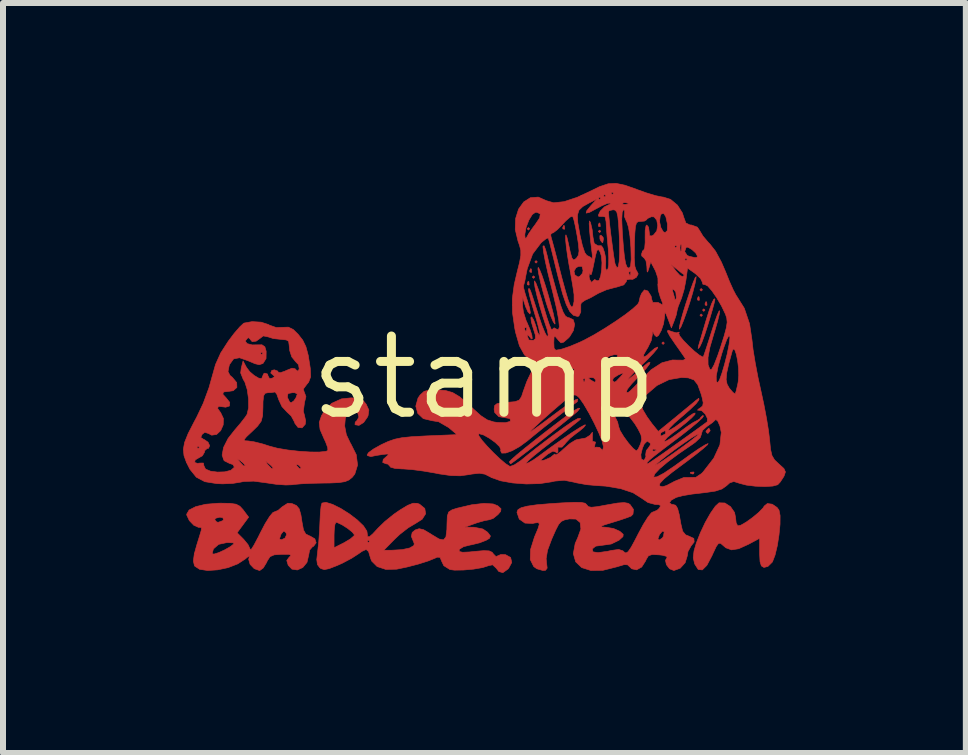
<source format=kicad_pcb>
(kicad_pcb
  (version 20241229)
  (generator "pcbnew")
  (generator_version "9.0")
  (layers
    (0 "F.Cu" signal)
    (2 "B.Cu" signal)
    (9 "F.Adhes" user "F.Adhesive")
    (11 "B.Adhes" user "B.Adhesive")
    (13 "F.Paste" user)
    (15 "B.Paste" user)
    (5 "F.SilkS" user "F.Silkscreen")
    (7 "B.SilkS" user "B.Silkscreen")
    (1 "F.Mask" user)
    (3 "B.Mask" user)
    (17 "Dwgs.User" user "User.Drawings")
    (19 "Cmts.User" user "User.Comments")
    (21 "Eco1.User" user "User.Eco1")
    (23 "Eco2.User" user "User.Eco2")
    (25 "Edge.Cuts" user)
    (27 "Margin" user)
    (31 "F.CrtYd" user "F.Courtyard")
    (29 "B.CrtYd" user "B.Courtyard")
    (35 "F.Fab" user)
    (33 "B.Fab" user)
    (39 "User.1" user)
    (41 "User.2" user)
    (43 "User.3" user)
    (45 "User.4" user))
  (footprint "stamp"
    (layer "F.Cu")
    (at 5.014 3.239)
    (property "Reference" "stamp" (at 0 0 0) (layer "F.SilkS") (effects (font (size 1.27 1.27) (thickness 0.15))))
    (attr through_hole)
    (fp_poly (pts (xy 0.762 -2.477) (xy 0.741 -2.455) (xy 0.72 -2.477) (xy 0.741 -2.498) (xy 0.762 -2.477)) (stroke (width 0.01) (type solid)) (fill yes) (layer "F.Cu"))
    (fp_poly (pts (xy 0.847 -1.672) (xy 0.826 -1.651) (xy 0.804 -1.672) (xy 0.826 -1.693) (xy 0.847 -1.672)) (stroke (width 0.01) (type solid)) (fill yes) (layer "F.Cu"))
    (fp_poly (pts (xy 0.889 -1.926) (xy 0.868 -1.905) (xy 0.847 -1.926) (xy 0.868 -1.947) (xy 0.889 -1.926)) (stroke (width 0.01) (type solid)) (fill yes) (layer "F.Cu"))
    (fp_poly (pts (xy 1.947 -2.434) (xy 1.926 -2.413) (xy 1.905 -2.434) (xy 1.926 -2.455) (xy 1.947 -2.434)) (stroke (width 0.01) (type solid)) (fill yes) (layer "F.Cu"))
    (fp_poly (pts (xy 3.006 -0.572) (xy 2.985 -0.55) (xy 2.963 -0.572) (xy 2.985 -0.593) (xy 3.006 -0.572)) (stroke (width 0.01) (type solid)) (fill yes) (layer "F.Cu"))
    (fp_poly (pts (xy 3.641 -1.46) (xy 3.619 -1.439) (xy 3.598 -1.46) (xy 3.619 -1.482) (xy 3.641 -1.46)) (stroke (width 0.01) (type solid)) (fill yes) (layer "F.Cu"))
    (fp_poly (pts (xy 3.641 -1.037) (xy 3.619 -1.016) (xy 3.598 -1.037) (xy 3.619 -1.058) (xy 3.641 -1.037)) (stroke (width 0.01) (type solid)) (fill yes) (layer "F.Cu"))
    (fp_poly (pts (xy 3.683 -1.122) (xy 3.662 -1.101) (xy 3.641 -1.122) (xy 3.662 -1.143) (xy 3.683 -1.122)) (stroke (width 0.01) (type solid)) (fill yes) (layer "F.Cu"))
    (fp_poly (pts (xy 0.748 -1.595) (xy 0.753 -1.544) (xy 0.748 -1.538) (xy 0.723 -1.544) (xy 0.72 -1.566) (xy 0.735 -1.601) (xy 0.748 -1.595)) (stroke (width 0.01) (type solid)) (fill yes) (layer "F.Cu"))
    (fp_poly (pts (xy 0.79 -1.806) (xy 0.795 -1.756) (xy 0.79 -1.75) (xy 0.765 -1.756) (xy 0.762 -1.778) (xy 0.777 -1.813) (xy 0.79 -1.806)) (stroke (width 0.01) (type solid)) (fill yes) (layer "F.Cu"))
    (fp_poly (pts (xy 1.341 -2.526) (xy 1.346 -2.476) (xy 1.341 -2.469) (xy 1.315 -2.475) (xy 1.312 -2.498) (xy 1.328 -2.533) (xy 1.341 -2.526)) (stroke (width 0.01) (type solid)) (fill yes) (layer "F.Cu"))
    (fp_poly (pts (xy 1.933 -2.568) (xy 1.938 -2.518) (xy 1.933 -2.512) (xy 1.908 -2.518) (xy 1.905 -2.54) (xy 1.92 -2.575) (xy 1.933 -2.568)) (stroke (width 0.01) (type solid)) (fill yes) (layer "F.Cu"))
    (fp_poly (pts (xy 3.5 1.58) (xy 3.494 1.606) (xy 3.471 1.609) (xy 3.436 1.593) (xy 3.443 1.58) (xy 3.493 1.575) (xy 3.5 1.58)) (stroke (width 0.01) (type solid)) (fill yes) (layer "F.Cu"))
    (fp_poly (pts (xy 3.584 -1.341) (xy 3.589 -1.29) (xy 3.584 -1.284) (xy 3.559 -1.29) (xy 3.556 -1.312) (xy 3.571 -1.347) (xy 3.584 -1.341)) (stroke (width 0.01) (type solid)) (fill yes) (layer "F.Cu"))
    (fp_poly (pts (xy 3.711 -1.256) (xy 3.716 -1.206) (xy 3.711 -1.199) (xy 3.686 -1.205) (xy 3.683 -1.228) (xy 3.698 -1.263) (xy 3.711 -1.256)) (stroke (width 0.01) (type solid)) (fill yes) (layer "F.Cu"))
    (fp_poly (pts (xy 1.985 -2.336) (xy 1.99 -2.307) (xy 1.981 -2.251) (xy 1.973 -2.244) (xy 1.946 -2.277) (xy 1.932 -2.307) (xy 1.931 -2.362) (xy 1.949 -2.371) (xy 1.985 -2.336)) (stroke (width 0.01) (type solid)) (fill yes) (layer "F.Cu"))
    (fp_poly (pts (xy 3.767 0.879) (xy 3.768 0.889) (xy 3.735 0.93) (xy 3.723 0.931) (xy 3.698 0.905) (xy 3.704 0.889) (xy 3.742 0.849) (xy 3.749 0.847) (xy 3.767 0.879)) (stroke (width 0.01) (type solid)) (fill yes) (layer "F.Cu"))
    (fp_poly (pts (xy 3.529 -1.619) (xy 3.516 -1.559) (xy 3.479 -1.415) (xy 3.43 -1.251) (xy 3.376 -1.089) (xy 3.325 -0.947) (xy 3.283 -0.845) (xy 3.257 -0.804) (xy 3.256 -0.804) (xy 3.256 -0.842) (xy 3.279 -0.943) (xy 3.321 -1.091) (xy 3.364 -1.229) (xy 3.433 -1.436) (xy 3.486 -1.583) (xy 3.521 -1.666) (xy 3.536 -1.679) (xy 3.529 -1.619)) (stroke (width 0.01) (type solid)) (fill yes) (layer "F.Cu"))
    (fp_poly (pts (xy 0.926 -1.799) (xy 0.967 -1.698) (xy 1.015 -1.555) (xy 1.066 -1.39) (xy 1.113 -1.223) (xy 1.153 -1.072) (xy 1.178 -0.956) (xy 1.185 -0.894) (xy 1.182 -0.889) (xy 1.154 -0.927) (xy 1.111 -1.027) (xy 1.06 -1.172) (xy 1.039 -1.238) (xy 0.985 -1.424) (xy 0.942 -1.589) (xy 0.913 -1.721) (xy 0.899 -1.807) (xy 0.904 -1.835) (xy 0.926 -1.799)) (stroke (width 0.01) (type solid)) (fill yes) (layer "F.Cu"))
    (fp_poly (pts (xy 3.848 -1.294) (xy 3.835 -1.236) (xy 3.805 -1.126) (xy 3.754 -0.953) (xy 3.728 -0.868) (xy 3.678 -0.713) (xy 3.631 -0.585) (xy 3.596 -0.51) (xy 3.595 -0.508) (xy 3.568 -0.48) (xy 3.574 -0.523) (xy 3.582 -0.55) (xy 3.61 -0.643) (xy 3.652 -0.787) (xy 3.701 -0.952) (xy 3.704 -0.962) (xy 3.752 -1.114) (xy 3.795 -1.233) (xy 3.826 -1.297) (xy 3.828 -1.301) (xy 3.844 -1.311) (xy 3.848 -1.294)) (stroke (width 0.01) (type solid)) (fill yes) (layer "F.Cu"))
    (fp_poly (pts (xy 1.597 0.515) (xy 1.561 0.562) (xy 1.559 0.564) (xy 1.505 0.611) (xy 1.402 0.695) (xy 1.264 0.806) (xy 1.105 0.932) (xy 0.937 1.064) (xy 0.774 1.191) (xy 0.63 1.301) (xy 0.519 1.386) (xy 0.453 1.433) (xy 0.441 1.439) (xy 0.423 1.408) (xy 0.423 1.407) (xy 0.456 1.37) (xy 0.545 1.291) (xy 0.682 1.178) (xy 0.855 1.04) (xy 1.054 0.885) (xy 1.269 0.721) (xy 1.401 0.621) (xy 1.506 0.549) (xy 1.575 0.512) (xy 1.597 0.515)) (stroke (width 0.01) (type solid)) (fill yes) (layer "F.Cu"))
    (fp_poly (pts (xy 4.014 2.092) (xy 4.108 2.153) (xy 4.175 2.25) (xy 4.191 2.327) (xy 4.202 2.423) (xy 4.228 2.473) (xy 4.28 2.462) (xy 4.37 2.41) (xy 4.477 2.333) (xy 4.578 2.249) (xy 4.65 2.175) (xy 4.67 2.143) (xy 4.722 2.101) (xy 4.803 2.112) (xy 4.883 2.166) (xy 4.916 2.211) (xy 4.934 2.301) (xy 4.933 2.447) (xy 4.916 2.622) (xy 4.888 2.802) (xy 4.85 2.96) (xy 4.808 3.07) (xy 4.802 3.079) (xy 4.731 3.149) (xy 4.665 3.166) (xy 4.622 3.14) (xy 4.6 3.07) (xy 4.593 2.937) (xy 4.593 2.916) (xy 4.593 2.68) (xy 4.407 2.78) (xy 4.244 2.854) (xy 4.125 2.873) (xy 4.031 2.839) (xy 3.986 2.801) (xy 3.942 2.763) (xy 3.909 2.764) (xy 3.871 2.816) (xy 3.817 2.93) (xy 3.799 2.97) (xy 3.714 3.131) (xy 3.638 3.207) (xy 3.57 3.2) (xy 3.511 3.108) (xy 3.509 3.101) (xy 3.487 3.005) (xy 3.5 2.89) (xy 3.537 2.763) (xy 3.605 2.59) (xy 3.687 2.416) (xy 3.775 2.261) (xy 3.855 2.146) (xy 3.917 2.089) (xy 3.918 2.089) (xy 4.014 2.092)) (stroke (width 0.01) (type solid)) (fill yes) (layer "F.Cu"))
    (fp_poly (pts (xy -4.229 2.098) (xy -4.131 2.112) (xy -4.068 2.145) (xy -4.014 2.203) (xy -4.008 2.212) (xy -3.921 2.328) (xy -4.017 2.458) (xy -4.113 2.588) (xy -4.004 2.697) (xy -3.931 2.786) (xy -3.895 2.864) (xy -3.895 2.872) (xy -3.878 2.866) (xy -3.834 2.797) (xy -3.778 2.692) (xy -3.408 2.692) (xy -3.373 2.705) (xy -3.315 2.676) (xy -3.288 2.618) (xy -3.3 2.586) (xy -3.335 2.558) (xy -3.375 2.603) (xy -3.384 2.619) (xy -3.408 2.692) (xy -3.778 2.692) (xy -3.769 2.676) (xy -3.727 2.591) (xy -3.647 2.438) (xy -3.573 2.319) (xy -3.518 2.252) (xy -3.501 2.244) (xy -3.43 2.215) (xy -3.365 2.158) (xy -3.269 2.096) (xy -3.2 2.101) (xy -3.125 2.134) (xy -3.079 2.189) (xy -3.05 2.291) (xy -3.031 2.414) (xy -3.007 2.542) (xy -2.969 2.609) (xy -2.904 2.641) (xy -2.899 2.642) (xy -2.818 2.689) (xy -2.796 2.755) (xy -2.839 2.813) (xy -2.857 2.821) (xy -2.905 2.877) (xy -2.921 2.961) (xy -2.949 3.082) (xy -3.019 3.167) (xy -3.11 3.208) (xy -3.2 3.194) (xy -3.262 3.129) (xy -3.286 3.05) (xy -3.245 2.994) (xy -3.241 2.992) (xy -3.214 2.962) (xy -3.248 2.948) (xy -3.354 2.947) (xy -3.37 2.947) (xy -3.495 2.956) (xy -3.564 2.986) (xy -3.609 3.053) (xy -3.623 3.085) (xy -3.678 3.175) (xy -3.736 3.217) (xy -3.741 3.217) (xy -3.828 3.186) (xy -3.897 3.114) (xy -3.921 3.031) (xy -3.916 3.013) (xy -3.909 2.976) (xy -3.945 2.997) (xy -3.975 3.023) (xy -4.102 3.106) (xy -4.264 3.169) (xy -4.438 3.206) (xy -4.603 3.217) (xy -4.738 3.197) (xy -4.819 3.144) (xy -4.824 3.136) (xy -4.842 3.059) (xy -4.827 2.943) (xy -4.826 2.938) (xy -4.53 2.938) (xy -4.497 2.943) (xy -4.418 2.918) (xy -4.318 2.872) (xy -4.224 2.818) (xy -4.22 2.815) (xy -4.167 2.773) (xy -4.175 2.756) (xy -4.255 2.752) (xy -4.286 2.752) (xy -4.421 2.781) (xy -4.508 2.857) (xy -4.53 2.938) (xy -4.826 2.938) (xy -4.784 2.787) (xy -4.737 2.636) (xy -4.711 2.549) (xy -4.707 2.508) (xy -4.721 2.497) (xy -4.752 2.498) (xy -4.756 2.498) (xy -4.835 2.463) (xy -4.91 2.384) (xy -4.916 2.371) (xy -4.487 2.371) (xy -4.453 2.409) (xy -4.426 2.413) (xy -4.354 2.387) (xy -4.339 2.371) (xy -4.352 2.337) (xy -4.4 2.328) (xy -4.47 2.346) (xy -4.487 2.371) (xy -4.916 2.371) (xy -4.952 2.294) (xy -4.953 2.277) (xy -4.913 2.209) (xy -4.803 2.153) (xy -4.638 2.113) (xy -4.43 2.096) (xy -4.387 2.095) (xy -4.229 2.098)) (stroke (width 0.01) (type solid)) (fill yes) (layer "F.Cu"))
    (fp_poly (pts (xy -2.522 2.115) (xy -2.386 2.183) (xy -2.243 2.273) (xy -2.111 2.374) (xy -2.008 2.473) (xy -1.952 2.559) (xy -1.947 2.586) (xy -1.94 2.648) (xy -1.912 2.657) (xy -1.853 2.606) (xy -1.766 2.512) (xy -1.652 2.401) (xy -1.504 2.281) (xy -1.403 2.211) (xy -1.271 2.131) (xy -1.183 2.096) (xy -1.115 2.097) (xy -1.074 2.111) (xy -0.986 2.183) (xy -0.972 2.272) (xy -1.03 2.363) (xy -1.139 2.432) (xy -1.262 2.505) (xy -1.402 2.614) (xy -1.486 2.693) (xy -1.669 2.879) (xy -1.538 2.879) (xy -1.364 2.869) (xy -1.236 2.841) (xy -1.167 2.8) (xy -1.162 2.767) (xy -1.2 2.673) (xy -1.21 2.649) (xy -1.196 2.583) (xy -1.145 2.541) (xy -1.08 2.52) (xy -1.006 2.537) (xy -0.899 2.6) (xy -0.868 2.62) (xy -0.748 2.692) (xy -0.674 2.707) (xy -0.634 2.657) (xy -0.618 2.534) (xy -0.616 2.437) (xy -0.611 2.311) (xy -0.589 2.243) (xy -0.531 2.205) (xy -0.445 2.178) (xy -0.206 2.122) (xy -0.001 2.098) (xy 0.154 2.108) (xy 0.229 2.138) (xy 0.284 2.188) (xy 0.278 2.232) (xy 0.233 2.285) (xy 0.152 2.35) (xy 0.089 2.371) (xy 0.008 2.386) (xy -0.111 2.42) (xy -0.148 2.433) (xy -0.318 2.494) (xy -0.165 2.496) (xy -0.019 2.525) (xy 0.06 2.579) (xy 0.108 2.642) (xy 0.091 2.681) (xy 0.035 2.714) (xy -0.074 2.756) (xy -0.21 2.789) (xy -0.229 2.792) (xy -0.34 2.82) (xy -0.407 2.861) (xy -0.414 2.872) (xy -0.409 2.901) (xy -0.356 2.913) (xy -0.242 2.908) (xy -0.158 2.899) (xy -0.005 2.886) (xy 0.086 2.89) (xy 0.136 2.913) (xy 0.159 2.943) (xy 0.202 2.986) (xy 0.226 2.974) (xy 0.282 2.95) (xy 0.359 2.953) (xy 0.444 3) (xy 0.463 3.083) (xy 0.411 3.18) (xy 0.399 3.193) (xy 0.315 3.253) (xy 0.248 3.234) (xy 0.204 3.178) (xy 0.144 3.122) (xy 0.081 3.135) (xy -0.022 3.168) (xy -0.174 3.194) (xy -0.343 3.209) (xy -0.492 3.211) (xy -0.567 3.201) (xy -0.669 3.137) (xy -0.702 3.069) (xy -0.732 2.997) (xy -0.782 2.995) (xy -0.812 3.01) (xy -0.927 3.057) (xy -1.094 3.11) (xy -1.283 3.159) (xy -1.455 3.195) (xy -1.635 3.199) (xy -1.78 3.151) (xy -1.872 3.059) (xy -1.89 3.011) (xy -1.923 2.901) (xy -1.963 2.866) (xy -2.033 2.898) (xy -2.088 2.937) (xy -2.207 3.014) (xy -2.36 3.095) (xy -2.445 3.133) (xy -2.578 3.185) (xy -2.66 3.202) (xy -2.716 3.185) (xy -2.735 3.171) (xy -2.775 3.118) (xy -2.786 3.035) (xy -2.771 2.901) (xy -2.753 2.739) (xy -2.745 2.626) (xy -2.498 2.626) (xy -2.498 2.838) (xy -2.328 2.752) (xy -2.293 2.731) (xy -1.947 2.731) (xy -1.926 2.752) (xy -1.905 2.731) (xy -1.926 2.709) (xy -1.947 2.731) (xy -2.293 2.731) (xy -2.226 2.691) (xy -2.166 2.639) (xy -2.159 2.623) (xy -2.192 2.579) (xy -2.27 2.516) (xy -2.364 2.456) (xy -2.444 2.418) (xy -2.466 2.413) (xy -2.484 2.451) (xy -2.495 2.549) (xy -2.498 2.626) (xy -2.745 2.626) (xy -2.739 2.543) (xy -2.733 2.404) (xy -2.726 2.256) (xy -2.714 2.144) (xy -2.699 2.093) (xy -2.633 2.081) (xy -2.522 2.115)) (stroke (width 0.01) (type solid)) (fill yes) (layer "F.Cu"))
    (fp_poly (pts (xy -3.713 -0.921) (xy -3.592 -0.882) (xy -3.576 -0.872) (xy -3.462 -0.832) (xy -3.358 -0.835) (xy -3.259 -0.838) (xy -3.178 -0.799) (xy -3.097 -0.72) (xy -3.02 -0.622) (xy -2.967 -0.513) (xy -2.928 -0.368) (xy -2.896 -0.165) (xy -2.893 -0.142) (xy -2.888 -0.01) (xy -2.921 0.078) (xy -2.955 0.119) (xy -3.01 0.194) (xy -2.994 0.248) (xy -2.992 0.25) (xy -2.966 0.32) (xy -2.99 0.415) (xy -3.01 0.563) (xy -2.993 0.624) (xy -2.971 0.723) (xy -2.978 0.781) (xy -3.031 0.84) (xy -3.098 0.833) (xy -3.151 0.764) (xy -3.157 0.743) (xy -3.212 0.642) (xy -3.284 0.574) (xy -3.366 0.486) (xy -3.42 0.37) (xy -3.437 0.321) (xy -3.276 0.321) (xy -3.272 0.339) (xy -3.239 0.407) (xy -3.214 0.423) (xy -3.168 0.39) (xy -3.133 0.339) (xy -3.11 0.276) (xy -3.15 0.255) (xy -3.191 0.254) (xy -3.265 0.268) (xy -3.276 0.321) (xy -3.437 0.321) (xy -3.451 0.281) (xy -3.481 0.243) (xy -3.485 0.243) (xy -3.547 0.252) (xy -3.598 0.254) (xy -3.647 0.264) (xy -3.672 0.307) (xy -3.682 0.402) (xy -3.683 0.493) (xy -3.688 0.635) (xy -3.712 0.729) (xy -3.772 0.811) (xy -3.859 0.896) (xy -3.956 0.987) (xy -3.996 1.036) (xy -3.984 1.055) (xy -3.93 1.058) (xy -3.833 1.072) (xy -3.692 1.107) (xy -3.573 1.145) (xy -3.44 1.18) (xy -3.268 1.209) (xy -3.081 1.23) (xy -2.898 1.242) (xy -2.743 1.243) (xy -2.635 1.232) (xy -2.601 1.218) (xy -2.604 1.169) (xy -2.639 1.074) (xy -2.664 1.022) (xy -2.731 0.868) (xy -2.745 0.75) (xy -2.707 0.638) (xy -2.669 0.574) (xy -2.539 0.432) (xy -2.374 0.357) (xy -2.213 0.34) (xy -2.086 0.35) (xy -2.007 0.392) (xy -1.963 0.446) (xy -1.918 0.544) (xy -1.931 0.636) (xy -1.941 0.659) (xy -2.005 0.751) (xy -2.083 0.799) (xy -2.147 0.788) (xy -2.149 0.786) (xy -2.145 0.744) (xy -2.12 0.722) (xy -2.084 0.661) (xy -2.103 0.591) (xy -2.164 0.551) (xy -2.177 0.55) (xy -2.262 0.586) (xy -2.31 0.678) (xy -2.321 0.808) (xy -2.293 0.954) (xy -2.225 1.097) (xy -2.218 1.107) (xy -2.128 1.287) (xy -2.106 1.46) (xy -2.152 1.609) (xy -2.194 1.663) (xy -2.249 1.708) (xy -2.316 1.736) (xy -2.417 1.752) (xy -2.571 1.759) (xy -2.679 1.76) (xy -2.868 1.764) (xy -3.04 1.772) (xy -3.165 1.783) (xy -3.196 1.788) (xy -3.303 1.792) (xy -3.458 1.781) (xy -3.615 1.758) (xy -3.837 1.728) (xy -4.004 1.734) (xy -4.058 1.745) (xy -4.188 1.766) (xy -4.355 1.773) (xy -4.452 1.769) (xy -4.651 1.737) (xy -4.793 1.662) (xy -4.9 1.529) (xy -4.957 1.416) (xy -4.821 1.416) (xy -4.773 1.432) (xy -4.74 1.427) (xy -4.675 1.426) (xy -4.666 1.473) (xy -4.639 1.527) (xy -4.556 1.562) (xy -4.44 1.577) (xy -4.319 1.573) (xy -4.217 1.547) (xy -4.161 1.498) (xy -4.16 1.494) (xy -4.182 1.452) (xy -4.241 1.432) (xy -4.33 1.387) (xy -4.342 1.355) (xy -4.104 1.355) (xy -4.093 1.377) (xy -4.069 1.408) (xy -4.008 1.473) (xy -3.98 1.473) (xy -3.979 1.466) (xy -4.008 1.43) (xy -4.047 1.397) (xy -3.638 1.397) (xy -3.627 1.419) (xy -3.604 1.45) (xy -3.542 1.516) (xy -3.514 1.515) (xy -3.514 1.508) (xy -3.543 1.473) (xy -3.567 1.451) (xy -3.126 1.451) (xy -3.116 1.475) (xy -3.073 1.521) (xy -3.048 1.511) (xy -3.048 1.505) (xy -3.078 1.47) (xy -3.097 1.456) (xy -3.126 1.451) (xy -3.567 1.451) (xy -3.588 1.434) (xy -3.638 1.397) (xy -4.047 1.397) (xy -4.053 1.392) (xy -4.104 1.355) (xy -4.342 1.355) (xy -4.363 1.294) (xy -4.339 1.166) (xy -4.263 1.016) (xy -4.153 0.876) (xy -4.055 0.761) (xy -3.976 0.659) (xy -3.947 0.614) (xy -3.922 0.506) (xy -3.923 0.357) (xy -3.945 0.201) (xy -3.985 0.075) (xy -4.011 0.033) (xy -4.054 -0.075) (xy -4.044 -0.157) (xy -4.014 -0.275) (xy -3.957 -0.167) (xy -3.903 -0.096) (xy -3.829 -0.033) (xy -3.755 0.011) (xy -3.704 0.021) (xy -3.694 -0.006) (xy -3.671 -0.061) (xy -3.651 -0.072) (xy -3.606 -0.057) (xy -3.598 -0.026) (xy -3.573 0.019) (xy -3.526 0.012) (xy -3.486 -0.017) (xy -3.505 -0.032) (xy -3.553 -0.074) (xy -3.535 -0.117) (xy -3.493 -0.127) (xy -3.436 -0.106) (xy -3.429 -0.088) (xy -3.396 -0.078) (xy -3.316 -0.105) (xy -3.297 -0.115) (xy -3.199 -0.154) (xy -3.146 -0.144) (xy -3.134 -0.129) (xy -3.1 -0.104) (xy -3.078 -0.141) (xy -3.09 -0.213) (xy -3.137 -0.261) (xy -3.203 -0.343) (xy -3.236 -0.445) (xy -3.247 -0.545) (xy -3.255 -0.603) (xy -3.295 -0.625) (xy -3.387 -0.635) (xy -3.389 -0.635) (xy -3.51 -0.648) (xy -3.597 -0.676) (xy -3.678 -0.692) (xy -3.726 -0.655) (xy -3.795 -0.605) (xy -3.862 -0.596) (xy -3.894 -0.633) (xy -3.895 -0.637) (xy -3.921 -0.662) (xy -3.939 -0.655) (xy -3.978 -0.606) (xy -3.947 -0.564) (xy -3.862 -0.542) (xy -3.802 -0.543) (xy -3.699 -0.544) (xy -3.651 -0.511) (xy -3.629 -0.437) (xy -3.631 -0.314) (xy -3.682 -0.233) (xy -3.745 -0.212) (xy -3.816 -0.229) (xy -3.919 -0.273) (xy -3.931 -0.278) (xy -4.073 -0.328) (xy -4.172 -0.309) (xy -4.237 -0.219) (xy -4.246 -0.195) (xy -4.265 -0.098) (xy -4.231 -0.033) (xy -4.192 -0.001) (xy -4.12 0.086) (xy -4.117 0.167) (xy -4.178 0.221) (xy -4.245 0.231) (xy -4.339 0.242) (xy -4.352 0.279) (xy -4.297 0.339) (xy -4.236 0.416) (xy -4.241 0.476) (xy -4.305 0.496) (xy -4.339 0.491) (xy -4.425 0.481) (xy -4.438 0.516) (xy -4.386 0.589) (xy -4.341 0.685) (xy -4.345 0.791) (xy -4.387 0.886) (xy -4.455 0.95) (xy -4.537 0.962) (xy -4.59 0.934) (xy -4.652 0.914) (xy -4.696 0.948) (xy -4.719 1) (xy -4.669 1.033) (xy -4.659 1.036) (xy -4.597 1.079) (xy -4.571 1.137) (xy -4.589 1.18) (xy -4.614 1.185) (xy -4.652 1.219) (xy -4.657 1.246) (xy -4.692 1.306) (xy -4.741 1.333) (xy -4.811 1.374) (xy -4.821 1.416) (xy -4.957 1.416) (xy -4.958 1.414) (xy -4.998 1.304) (xy -5.009 1.199) (xy -5.003 1.164) (xy -4.784 1.164) (xy -4.763 1.185) (xy -4.741 1.164) (xy -4.763 1.143) (xy -4.784 1.164) (xy -5.003 1.164) (xy -4.988 1.082) (xy -4.929 0.935) (xy -4.829 0.74) (xy -4.788 0.664) (xy -4.677 0.43) (xy -4.581 0.169) (xy -4.538 0.015) (xy -4.473 -0.216) (xy -4.389 -0.402) (xy -3.725 -0.402) (xy -3.704 -0.381) (xy -3.683 -0.402) (xy -3.704 -0.423) (xy -3.725 -0.402) (xy -4.389 -0.402) (xy -4.387 -0.407) (xy -4.261 -0.603) (xy -4.16 -0.737) (xy -4.069 -0.842) (xy -4.006 -0.901) (xy -3.996 -0.906) (xy -3.863 -0.93) (xy -3.713 -0.921)) (stroke (width 0.01) (type solid)) (fill yes) (layer "F.Cu"))
    (fp_poly (pts (xy 2.349 -3.203) (xy 2.542 -3.135) (xy 2.542 -3.134) (xy 2.711 -3.074) (xy 2.861 -3.029) (xy 2.967 -3.007) (xy 2.985 -3.006) (xy 3.107 -2.968) (xy 3.223 -2.872) (xy 3.306 -2.741) (xy 3.329 -2.668) (xy 3.364 -2.574) (xy 3.431 -2.541) (xy 3.457 -2.54) (xy 3.556 -2.504) (xy 3.595 -2.445) (xy 3.649 -2.355) (xy 3.738 -2.25) (xy 3.763 -2.225) (xy 3.858 -2.104) (xy 3.956 -1.922) (xy 4.026 -1.76) (xy 4.092 -1.596) (xy 4.154 -1.458) (xy 4.201 -1.369) (xy 4.211 -1.355) (xy 4.337 -1.154) (xy 4.425 -0.895) (xy 4.465 -0.629) (xy 4.484 -0.461) (xy 4.52 -0.242) (xy 4.566 0.000477) (xy 4.612 0.211) (xy 4.663 0.446) (xy 4.708 0.683) (xy 4.742 0.894) (xy 4.759 1.037) (xy 4.775 1.199) (xy 4.799 1.302) (xy 4.842 1.374) (xy 4.913 1.441) (xy 4.915 1.443) (xy 4.998 1.518) (xy 5.023 1.574) (xy 5.001 1.641) (xy 4.994 1.654) (xy 4.937 1.742) (xy 4.894 1.788) (xy 4.813 1.81) (xy 4.679 1.818) (xy 4.522 1.812) (xy 4.373 1.794) (xy 4.261 1.765) (xy 4.258 1.764) (xy 4.163 1.734) (xy 4.095 1.756) (xy 4.043 1.803) (xy 3.966 1.858) (xy 3.854 1.894) (xy 3.684 1.919) (xy 3.637 1.924) (xy 3.465 1.944) (xy 3.311 1.97) (xy 3.209 1.997) (xy 3.207 1.997) (xy 3.12 2.045) (xy 3.091 2.089) (xy 3.127 2.115) (xy 3.151 2.117) (xy 3.194 2.13) (xy 3.226 2.182) (xy 3.254 2.287) (xy 3.281 2.441) (xy 3.31 2.562) (xy 3.36 2.623) (xy 3.411 2.643) (xy 3.497 2.682) (xy 3.502 2.742) (xy 3.45 2.809) (xy 3.399 2.901) (xy 3.387 2.975) (xy 3.352 3.088) (xy 3.269 3.179) (xy 3.165 3.217) (xy 3.163 3.217) (xy 3.092 3.188) (xy 3.04 3.12) (xy 3.024 3.047) (xy 3.049 3.005) (xy 3.046 2.982) (xy 2.972 2.962) (xy 2.919 2.956) (xy 2.803 2.95) (xy 2.74 2.972) (xy 2.703 3.033) (xy 2.693 3.057) (xy 2.628 3.159) (xy 2.543 3.206) (xy 2.461 3.188) (xy 2.434 3.161) (xy 2.393 3.122) (xy 2.335 3.119) (xy 2.229 3.151) (xy 2.22 3.154) (xy 1.981 3.214) (xy 1.782 3.217) (xy 1.628 3.168) (xy 1.528 3.072) (xy 1.489 2.936) (xy 1.52 2.766) (xy 1.563 2.669) (xy 1.615 2.525) (xy 1.603 2.418) (xy 1.532 2.36) (xy 1.423 2.357) (xy 1.343 2.374) (xy 1.288 2.399) (xy 1.244 2.449) (xy 1.196 2.542) (xy 1.129 2.693) (xy 1.059 2.88) (xy 1.036 3.019) (xy 1.042 3.085) (xy 1.053 3.177) (xy 1.026 3.213) (xy 0.982 3.217) (xy 0.881 3.188) (xy 0.829 3.151) (xy 0.771 3.034) (xy 0.776 2.867) (xy 0.843 2.654) (xy 0.847 2.646) (xy 0.903 2.513) (xy 0.923 2.442) (xy 0.905 2.418) (xy 0.847 2.425) (xy 0.81 2.433) (xy 0.683 2.427) (xy 0.588 2.36) (xy 0.55 2.249) (xy 0.55 2.246) (xy 0.566 2.204) (xy 0.619 2.171) (xy 0.719 2.145) (xy 0.877 2.122) (xy 1.103 2.103) (xy 1.301 2.09) (xy 1.494 2.081) (xy 1.617 2.082) (xy 1.686 2.096) (xy 1.715 2.124) (xy 1.715 2.125) (xy 1.739 2.153) (xy 1.79 2.163) (xy 1.889 2.153) (xy 2.052 2.123) (xy 2.053 2.123) (xy 2.225 2.093) (xy 2.335 2.085) (xy 2.402 2.097) (xy 2.433 2.116) (xy 2.491 2.198) (xy 2.483 2.278) (xy 2.453 2.309) (xy 2.391 2.334) (xy 2.274 2.374) (xy 2.146 2.414) (xy 2.011 2.455) (xy 1.952 2.479) (xy 1.959 2.491) (xy 2.027 2.496) (xy 2.032 2.496) (xy 2.159 2.517) (xy 2.262 2.563) (xy 2.265 2.565) (xy 2.32 2.614) (xy 2.316 2.652) (xy 2.25 2.712) (xy 2.25 2.712) (xy 2.121 2.775) (xy 1.99 2.794) (xy 1.862 2.811) (xy 1.805 2.857) (xy 1.816 2.906) (xy 1.9 2.919) (xy 2.059 2.897) (xy 2.126 2.882) (xy 2.245 2.866) (xy 2.315 2.889) (xy 2.335 2.908) (xy 2.365 2.926) (xy 2.402 2.903) (xy 2.454 2.827) (xy 2.527 2.692) (xy 2.898 2.692) (xy 2.921 2.709) (xy 2.973 2.675) (xy 2.991 2.644) (xy 3.003 2.571) (xy 2.972 2.561) (xy 2.923 2.621) (xy 2.898 2.692) (xy 2.527 2.692) (xy 2.528 2.689) (xy 2.57 2.607) (xy 2.654 2.451) (xy 2.731 2.328) (xy 2.789 2.256) (xy 2.81 2.244) (xy 2.884 2.214) (xy 2.921 2.18) (xy 2.946 2.135) (xy 2.907 2.118) (xy 2.854 2.117) (xy 2.732 2.084) (xy 2.625 2.011) (xy 2.483 1.921) (xy 2.278 1.853) (xy 2.028 1.811) (xy 1.884 1.802) (xy 1.713 1.787) (xy 1.542 1.756) (xy 1.494 1.744) (xy 1.336 1.713) (xy 1.179 1.727) (xy 1.122 1.74) (xy 0.93 1.769) (xy 0.706 1.775) (xy 0.478 1.758) (xy 0.276 1.722) (xy 0.126 1.668) (xy 0.117 1.663) (xy 0.105 1.657) (xy 2.827 1.657) (xy 2.829 1.661) (xy 2.884 1.656) (xy 3 1.594) (xy 3.176 1.475) (xy 3.277 1.402) (xy 3.44 1.284) (xy 3.58 1.188) (xy 3.684 1.124) (xy 3.735 1.101) (xy 3.722 1.124) (xy 3.651 1.187) (xy 3.533 1.282) (xy 3.379 1.399) (xy 3.333 1.433) (xy 3.134 1.581) (xy 3.002 1.689) (xy 2.933 1.762) (xy 2.921 1.804) (xy 2.962 1.82) (xy 2.981 1.82) (xy 3.044 1.8) (xy 3.143 1.748) (xy 3.172 1.732) (xy 3.33 1.667) (xy 3.431 1.666) (xy 3.531 1.664) (xy 3.624 1.602) (xy 3.651 1.575) (xy 3.829 1.345) (xy 3.931 1.124) (xy 3.954 0.917) (xy 3.932 0.81) (xy 3.895 0.727) (xy 3.863 0.701) (xy 3.858 0.705) (xy 3.806 0.753) (xy 3.717 0.815) (xy 3.716 0.816) (xy 3.642 0.882) (xy 3.622 0.943) (xy 3.623 0.946) (xy 3.603 1.003) (xy 3.52 1.081) (xy 3.463 1.122) (xy 3.245 1.271) (xy 3.063 1.406) (xy 2.927 1.521) (xy 2.846 1.607) (xy 2.827 1.657) (xy 0.105 1.657) (xy 0.016 1.612) (xy -0.077 1.596) (xy -0.201 1.61) (xy -0.249 1.619) (xy -0.396 1.639) (xy -0.551 1.635) (xy -0.746 1.607) (xy -0.815 1.593) (xy -1.008 1.56) (xy -1.198 1.535) (xy -1.348 1.524) (xy -1.365 1.524) (xy -1.482 1.516) (xy -1.555 1.496) (xy -1.566 1.482) (xy -1.601 1.444) (xy -1.63 1.439) (xy -1.687 1.417) (xy -1.678 1.365) (xy -1.619 1.312) (xy -1.584 1.283) (xy -1.616 1.276) (xy -1.693 1.284) (xy -1.805 1.302) (xy -1.88 1.318) (xy -1.884 1.319) (xy -1.939 1.303) (xy -1.947 1.291) (xy -1.923 1.253) (xy -1.84 1.192) (xy -1.716 1.123) (xy -1.715 1.122) (xy -1.596 1.067) (xy -1.487 1.029) (xy -1.366 1.004) (xy -1.21 0.988) (xy -0.995 0.976) (xy -0.956 0.974) (xy -0.449 0.953) (xy -0.464 0.94) (xy -0.09 0.94) (xy -0.085 0.974) (xy -0.032 1.048) (xy 0.054 1.146) (xy 0.158 1.254) (xy 0.265 1.356) (xy 0.359 1.436) (xy 0.426 1.479) (xy 0.439 1.482) (xy 0.488 1.464) (xy 2.855 1.464) (xy 2.891 1.445) (xy 2.982 1.387) (xy 3.118 1.293) (xy 3.162 1.262) (xy 3.325 1.145) (xy 3.457 1.046) (xy 3.546 0.975) (xy 3.58 0.942) (xy 3.58 0.941) (xy 3.541 0.957) (xy 3.451 1.012) (xy 3.329 1.095) (xy 3.19 1.194) (xy 3.052 1.297) (xy 2.931 1.393) (xy 2.879 1.437) (xy 2.855 1.464) (xy 0.488 1.464) (xy 0.51 1.455) (xy 0.609 1.389) (xy 0.644 1.36) (xy 0.737 1.284) (xy 0.876 1.174) (xy 1.041 1.048) (xy 1.161 0.958) (xy 1.352 0.819) (xy 1.484 0.729) (xy 1.566 0.684) (xy 1.604 0.68) (xy 1.609 0.693) (xy 1.577 0.723) (xy 1.489 0.793) (xy 1.359 0.895) (xy 1.197 1.019) (xy 1.143 1.06) (xy 0.976 1.189) (xy 0.839 1.299) (xy 0.743 1.382) (xy 0.7 1.428) (xy 0.699 1.433) (xy 0.742 1.422) (xy 0.829 1.371) (xy 0.9 1.321) (xy 1.115 1.163) (xy 1.311 1.025) (xy 1.476 0.912) (xy 1.601 0.833) (xy 1.676 0.792) (xy 1.693 0.791) (xy 1.661 0.834) (xy 1.581 0.901) (xy 1.543 0.928) (xy 1.438 1.011) (xy 1.362 1.091) (xy 1.35 1.109) (xy 1.3 1.161) (xy 1.267 1.162) (xy 1.232 1.16) (xy 1.232 1.172) (xy 1.233 1.244) (xy 1.211 1.26) (xy 1.195 1.242) (xy 1.148 1.228) (xy 1.061 1.279) (xy 1.037 1.299) (xy 0.959 1.365) (xy 0.944 1.389) (xy 0.989 1.381) (xy 1.016 1.374) (xy 1.108 1.333) (xy 1.153 1.296) (xy 1.181 1.276) (xy 1.185 1.289) (xy 1.212 1.286) (xy 1.214 1.284) (xy 2.614 1.284) (xy 2.621 1.359) (xy 2.658 1.379) (xy 2.674 1.372) (xy 2.699 1.316) (xy 2.694 1.29) (xy 2.704 1.219) (xy 2.72 1.199) (xy 2.808 1.199) (xy 2.814 1.225) (xy 2.836 1.228) (xy 2.871 1.212) (xy 2.865 1.199) (xy 2.814 1.194) (xy 2.808 1.199) (xy 2.72 1.199) (xy 2.733 1.184) (xy 2.773 1.125) (xy 2.77 1.096) (xy 2.721 1.06) (xy 2.671 1.109) (xy 2.641 1.176) (xy 2.614 1.284) (xy 1.214 1.284) (xy 1.28 1.235) (xy 1.333 1.186) (xy 1.435 1.099) (xy 1.525 1.044) (xy 1.555 1.035) (xy 1.692 1.01) (xy 1.769 0.962) (xy 1.789 0.931) (xy 1.808 0.914) (xy 1.807 0.975) (xy 1.806 0.983) (xy 1.807 1.062) (xy 1.834 1.071) (xy 1.859 1.077) (xy 1.849 1.117) (xy 1.842 1.167) (xy 1.868 1.161) (xy 1.927 1.165) (xy 1.951 1.19) (xy 1.979 1.214) (xy 1.989 1.161) (xy 1.989 1.149) (xy 1.969 1.063) (xy 1.915 0.927) (xy 1.839 0.765) (xy 1.753 0.6) (xy 1.722 0.546) (xy 2.129 0.546) (xy 2.167 0.628) (xy 2.176 0.642) (xy 2.227 0.743) (xy 2.244 0.819) (xy 2.268 0.886) (xy 2.329 0.987) (xy 2.408 1.094) (xy 2.484 1.181) (xy 2.539 1.224) (xy 2.541 1.224) (xy 2.57 1.192) (xy 2.608 1.109) (xy 2.609 1.109) (xy 2.628 1.032) (xy 2.616 0.957) (xy 2.604 0.931) (xy 2.942 0.931) (xy 2.944 0.97) (xy 2.958 0.974) (xy 3.018 0.943) (xy 3.027 0.931) (xy 3.025 0.892) (xy 3.011 0.889) (xy 2.951 0.92) (xy 2.942 0.931) (xy 2.604 0.931) (xy 2.566 0.857) (xy 2.513 0.771) (xy 2.399 0.621) (xy 2.294 0.537) (xy 2.264 0.525) (xy 2.161 0.513) (xy 2.129 0.546) (xy 1.722 0.546) (xy 1.672 0.461) (xy 2.619 0.461) (xy 2.648 0.539) (xy 2.651 0.545) (xy 2.718 0.657) (xy 2.803 0.775) (xy 2.806 0.778) (xy 2.904 0.899) (xy 3.177 0.676) (xy 3.314 0.563) (xy 3.434 0.464) (xy 3.515 0.397) (xy 3.526 0.387) (xy 3.579 0.347) (xy 3.583 0.366) (xy 3.576 0.383) (xy 3.533 0.439) (xy 3.441 0.528) (xy 3.32 0.635) (xy 3.299 0.652) (xy 3.172 0.762) (xy 3.095 0.84) (xy 3.07 0.88) (xy 3.1 0.876) (xy 3.189 0.822) (xy 3.223 0.797) (xy 3.328 0.72) (xy 3.409 0.655) (xy 3.42 0.646) (xy 3.489 0.6) (xy 3.518 0.593) (xy 3.515 0.616) (xy 3.459 0.675) (xy 3.363 0.759) (xy 3.243 0.854) (xy 3.143 0.926) (xy 3.056 0.997) (xy 3.008 1.054) (xy 3.006 1.064) (xy 3.036 1.06) (xy 3.116 1.013) (xy 3.23 0.933) (xy 3.256 0.913) (xy 3.383 0.819) (xy 3.486 0.751) (xy 3.546 0.72) (xy 3.549 0.72) (xy 3.6 0.686) (xy 3.61 0.667) (xy 3.644 0.635) (xy 3.659 0.641) (xy 3.637 0.675) (xy 3.559 0.748) (xy 3.434 0.852) (xy 3.274 0.978) (xy 3.199 1.034) (xy 2.994 1.189) (xy 2.85 1.3) (xy 2.76 1.374) (xy 2.718 1.418) (xy 2.715 1.437) (xy 2.727 1.439) (xy 2.766 1.416) (xy 2.86 1.352) (xy 2.998 1.257) (xy 3.165 1.138) (xy 3.224 1.096) (xy 3.399 0.971) (xy 3.547 0.865) (xy 3.656 0.786) (xy 3.713 0.744) (xy 3.719 0.74) (xy 3.724 0.686) (xy 3.689 0.613) (xy 3.634 0.558) (xy 3.606 0.549) (xy 3.557 0.544) (xy 3.584 0.519) (xy 3.605 0.507) (xy 3.644 0.474) (xy 3.653 0.422) (xy 3.633 0.327) (xy 3.615 0.267) (xy 3.562 0.121) (xy 3.499 0.041) (xy 3.404 0.007) (xy 3.29 0.001) (xy 3.085 0.036) (xy 2.883 0.134) (xy 2.716 0.277) (xy 2.698 0.3) (xy 2.633 0.393) (xy 2.619 0.461) (xy 1.672 0.461) (xy 1.668 0.453) (xy 1.595 0.348) (xy 1.57 0.321) (xy 1.533 0.295) (xy 1.492 0.292) (xy 1.434 0.32) (xy 1.345 0.386) (xy 1.213 0.498) (xy 1.128 0.572) (xy 0.983 0.7) (xy 0.866 0.807) (xy 0.788 0.881) (xy 0.762 0.91) (xy 0.793 0.894) (xy 0.878 0.834) (xy 1.004 0.742) (xy 1.149 0.633) (xy 1.304 0.518) (xy 1.433 0.429) (xy 1.524 0.373) (xy 1.561 0.361) (xy 1.556 0.402) (xy 1.541 0.415) (xy 1.458 0.475) (xy 1.328 0.574) (xy 1.171 0.697) (xy 1.005 0.827) (xy 0.85 0.952) (xy 0.725 1.055) (xy 0.724 1.056) (xy 0.595 1.151) (xy 0.47 1.221) (xy 0.365 1.259) (xy 0.296 1.261) (xy 0.277 1.221) (xy 0.282 1.204) (xy 0.261 1.154) (xy 0.19 1.085) (xy 0.092 1.014) (xy -0.006 0.959) (xy -0.079 0.938) (xy -0.09 0.94) (xy -0.464 0.94) (xy -0.587 0.836) (xy -0.754 0.739) (xy -0.869 0.72) (xy -1.011 0.686) (xy -1.103 0.599) (xy -1.136 0.478) (xy -1.127 0.445) (xy -0.889 0.445) (xy -0.868 0.466) (xy -0.847 0.445) (xy -0.868 0.423) (xy -0.889 0.445) (xy -1.127 0.445) (xy -1.099 0.344) (xy -1.065 0.294) (xy -0.997 0.232) (xy -0.905 0.207) (xy -0.786 0.205) (xy -0.64 0.218) (xy -0.522 0.252) (xy -0.408 0.32) (xy -0.274 0.432) (xy -0.184 0.518) (xy -0.052 0.637) (xy 0.055 0.707) (xy 0.162 0.741) (xy 0.223 0.75) (xy 0.357 0.754) (xy 0.434 0.733) (xy 0.441 0.725) (xy 0.434 0.686) (xy 0.387 0.677) (xy 0.248 0.654) (xy 0.179 0.584) (xy 0.169 0.527) (xy 0.178 0.468) (xy 0.218 0.436) (xy 0.311 0.42) (xy 0.387 0.415) (xy 0.516 0.404) (xy 0.586 0.379) (xy 0.626 0.32) (xy 0.651 0.243) (xy 2.373 0.243) (xy 2.397 0.254) (xy 2.437 0.225) (xy 2.513 0.149) (xy 2.589 0.066) (xy 2.68 -0.024) (xy 3.87 -0.024) (xy 3.871 0.066) (xy 3.872 0.069) (xy 3.895 0.087) (xy 3.925 0.042) (xy 3.927 0.035) (xy 4.035 0.035) (xy 4.051 0.113) (xy 4.088 0.179) (xy 4.089 0.18) (xy 4.149 0.25) (xy 4.184 0.274) (xy 4.186 0.273) (xy 4.202 0.226) (xy 4.226 0.125) (xy 4.236 0.072) (xy 4.245 -0.034) (xy 4.241 -0.159) (xy 4.226 -0.283) (xy 4.204 -0.389) (xy 4.179 -0.459) (xy 4.154 -0.475) (xy 4.138 -0.445) (xy 4.078 -0.227) (xy 4.044 -0.073) (xy 4.035 0.035) (xy 3.927 0.035) (xy 3.966 -0.074) (xy 4.007 -0.212) (xy 4.052 -0.388) (xy 4.083 -0.544) (xy 4.097 -0.654) (xy 4.097 -0.677) (xy 4.081 -0.696) (xy 4.046 -0.634) (xy 3.993 -0.491) (xy 3.962 -0.396) (xy 3.901 -0.182) (xy 3.87 -0.024) (xy 2.68 -0.024) (xy 2.785 -0.128) (xy 2.966 -0.245) (xy 3.141 -0.291) (xy 3.215 -0.289) (xy 3.322 -0.288) (xy 3.356 -0.309) (xy 3.354 -0.317) (xy 3.316 -0.373) (xy 3.246 -0.473) (xy 3.188 -0.555) (xy 3.096 -0.69) (xy 3.056 -0.766) (xy 3.066 -0.789) (xy 3.124 -0.766) (xy 3.127 -0.765) (xy 3.205 -0.743) (xy 3.24 -0.753) (xy 3.254 -0.754) (xy 3.245 -0.734) (xy 3.262 -0.691) (xy 3.324 -0.615) (xy 3.413 -0.524) (xy 3.508 -0.436) (xy 3.593 -0.369) (xy 3.647 -0.341) (xy 3.655 -0.344) (xy 3.671 -0.389) (xy 3.707 -0.496) (xy 3.756 -0.648) (xy 3.79 -0.755) (xy 3.843 -0.918) (xy 3.887 -1.04) (xy 3.917 -1.106) (xy 3.927 -1.111) (xy 3.921 -1.054) (xy 3.893 -0.939) (xy 3.849 -0.787) (xy 3.833 -0.736) (xy 3.765 -0.504) (xy 3.733 -0.333) (xy 3.734 -0.213) (xy 3.764 -0.132) (xy 3.792 -0.134) (xy 3.834 -0.209) (xy 3.893 -0.36) (xy 3.94 -0.497) (xy 4.002 -0.692) (xy 4.038 -0.826) (xy 4.052 -0.919) (xy 4.045 -0.99) (xy 4.024 -1.053) (xy 3.958 -1.191) (xy 3.878 -1.328) (xy 3.797 -1.445) (xy 3.728 -1.524) (xy 3.684 -1.546) (xy 3.683 -1.545) (xy 3.646 -1.554) (xy 3.641 -1.582) (xy 3.609 -1.647) (xy 3.53 -1.723) (xy 3.516 -1.734) (xy 3.392 -1.822) (xy 3.365 -1.62) (xy 3.335 -1.466) (xy 3.292 -1.322) (xy 3.277 -1.285) (xy 3.236 -1.182) (xy 3.217 -1.111) (xy 3.217 -1.108) (xy 3.203 -1.039) (xy 3.17 -0.945) (xy 3.123 -0.826) (xy 3.067 -0.974) (xy 3.031 -1.065) (xy 3.015 -1.082) (xy 3.01 -1.03) (xy 3.009 -1.007) (xy 2.992 -0.895) (xy 2.954 -0.783) (xy 2.909 -0.701) (xy 2.875 -0.677) (xy 2.837 -0.712) (xy 2.821 -0.751) (xy 2.807 -0.775) (xy 2.806 -0.72) (xy 2.806 -0.719) (xy 2.787 -0.614) (xy 2.729 -0.495) (xy 2.716 -0.475) (xy 2.661 -0.379) (xy 2.663 -0.34) (xy 2.714 -0.366) (xy 2.773 -0.423) (xy 2.846 -0.486) (xy 2.896 -0.506) (xy 2.886 -0.478) (xy 2.825 -0.405) (xy 2.722 -0.297) (xy 2.603 -0.182) (xy 2.487 -0.068) (xy 2.416 0.006) (xy 2.397 0.034) (xy 2.434 0.011) (xy 2.438 0.008) (xy 2.55 -0.081) (xy 2.639 -0.16) (xy 2.666 -0.189) (xy 2.732 -0.243) (xy 2.766 -0.254) (xy 2.761 -0.227) (xy 2.707 -0.155) (xy 2.614 -0.053) (xy 2.591 -0.03) (xy 2.46 0.108) (xy 2.389 0.197) (xy 2.373 0.243) (xy 0.651 0.243) (xy 0.658 0.223) (xy 0.713 0.07) (xy 0.726 0.042) (xy 1.651 0.042) (xy 1.666 0.077) (xy 1.679 0.071) (xy 1.684 0.02) (xy 1.679 0.014) (xy 1.654 0.02) (xy 1.651 0.042) (xy 0.726 0.042) (xy 0.742 0.008) (xy 1.74 0.008) (xy 1.77 0.037) (xy 1.778 0.042) (xy 1.842 0.079) (xy 1.861 0.068) (xy 1.862 0.048) (xy 2.141 0.048) (xy 2.142 0.049) (xy 2.168 0.079) (xy 2.201 0.066) (xy 2.265 -0.001) (xy 2.268 -0.004) (xy 2.32 -0.064) (xy 2.31 -0.073) (xy 2.234 -0.04) (xy 2.16 0.007) (xy 2.141 0.048) (xy 1.862 0.048) (xy 1.863 0.042) (xy 1.828 0.007) (xy 1.789 0.001) (xy 1.74 0.008) (xy 0.742 0.008) (xy 0.783 -0.078) (xy 0.795 -0.1) (xy 0.801 -0.109) (xy 1.403 -0.109) (xy 1.413 -0.087) (xy 1.437 -0.085) (xy 1.494 -0.115) (xy 1.503 -0.127) (xy 1.496 -0.151) (xy 1.463 -0.143) (xy 1.403 -0.109) (xy 0.801 -0.109) (xy 0.879 -0.241) (xy 1.972 -0.241) (xy 1.975 -0.198) (xy 2.022 -0.172) (xy 2.079 -0.198) (xy 2.159 -0.275) (xy 2.222 -0.346) (xy 2.229 -0.375) (xy 2.181 -0.381) (xy 2.173 -0.381) (xy 2.094 -0.358) (xy 2.019 -0.303) (xy 1.972 -0.241) (xy 0.879 -0.241) (xy 0.88 -0.244) (xy 0.781 -0.29) (xy 0.675 -0.375) (xy 0.591 -0.527) (xy 0.526 -0.753) (xy 0.516 -0.804) (xy 0.677 -0.804) (xy 0.693 -0.769) (xy 0.706 -0.776) (xy 0.711 -0.826) (xy 0.706 -0.833) (xy 0.68 -0.827) (xy 0.677 -0.804) (xy 0.516 -0.804) (xy 0.512 -0.824) (xy 0.475 -1.083) (xy 0.473 -1.206) (xy 0.641 -1.206) (xy 0.658 -1.087) (xy 0.703 -0.946) (xy 0.72 -0.91) (xy 0.768 -0.797) (xy 0.798 -0.704) (xy 0.805 -0.647) (xy 0.788 -0.643) (xy 0.762 -0.677) (xy 0.728 -0.71) (xy 0.72 -0.695) (xy 0.748 -0.624) (xy 0.823 -0.619) (xy 0.827 -0.62) (xy 0.858 -0.648) (xy 0.855 -0.71) (xy 0.822 -0.814) (xy 0.789 -0.926) (xy 0.781 -0.996) (xy 0.795 -1.01) (xy 0.827 -0.959) (xy 0.845 -0.913) (xy 0.877 -0.818) (xy 0.889 -0.762) (xy 0.919 -0.707) (xy 0.927 -0.701) (xy 0.932 -0.728) (xy 0.913 -0.82) (xy 0.876 -0.96) (xy 0.844 -1.067) (xy 0.794 -1.236) (xy 0.758 -1.372) (xy 0.741 -1.457) (xy 0.741 -1.475) (xy 0.751 -1.482) (xy 0.762 -1.473) (xy 0.779 -1.434) (xy 0.807 -1.353) (xy 0.851 -1.216) (xy 0.912 -1.027) (xy 0.965 -0.87) (xy 1.014 -0.749) (xy 1.05 -0.684) (xy 1.06 -0.677) (xy 1.07 -0.712) (xy 1.053 -0.8) (xy 1.04 -0.838) (xy 0.982 -1.014) (xy 0.928 -1.194) (xy 0.883 -1.361) (xy 0.851 -1.498) (xy 0.838 -1.586) (xy 0.843 -1.609) (xy 0.866 -1.571) (xy 0.906 -1.467) (xy 0.955 -1.316) (xy 0.995 -1.176) (xy 1.046 -1.006) (xy 1.089 -0.878) (xy 1.12 -0.805) (xy 1.134 -0.797) (xy 1.169 -0.827) (xy 1.202 -0.808) (xy 1.241 -0.795) (xy 1.256 -0.843) (xy 1.246 -0.956) (xy 1.212 -1.14) (xy 1.151 -1.398) (xy 1.117 -1.533) (xy 1.064 -1.748) (xy 1.021 -1.939) (xy 0.993 -2.087) (xy 0.983 -2.176) (xy 0.984 -2.189) (xy 1.001 -2.194) (xy 1.027 -2.13) (xy 1.053 -2.032) (xy 1.088 -1.884) (xy 1.139 -1.689) (xy 1.196 -1.48) (xy 1.219 -1.397) (xy 1.275 -1.208) (xy 1.319 -1.088) (xy 1.358 -1.022) (xy 1.399 -0.997) (xy 1.418 -0.995) (xy 1.487 -0.963) (xy 1.511 -0.884) (xy 1.49 -0.781) (xy 1.427 -0.678) (xy 1.402 -0.652) (xy 1.326 -0.587) (xy 1.283 -0.576) (xy 1.241 -0.618) (xy 1.228 -0.635) (xy 1.185 -0.685) (xy 1.168 -0.673) (xy 1.164 -0.586) (xy 1.164 -0.578) (xy 1.168 -0.485) (xy 1.197 -0.454) (xy 1.276 -0.467) (xy 1.312 -0.477) (xy 1.438 -0.52) (xy 1.592 -0.585) (xy 1.672 -0.623) (xy 1.839 -0.713) (xy 2.018 -0.821) (xy 2.195 -0.936) (xy 2.355 -1.047) (xy 2.482 -1.146) (xy 2.562 -1.22) (xy 2.582 -1.254) (xy 2.602 -1.342) (xy 2.628 -1.403) (xy 2.674 -1.459) (xy 2.727 -1.442) (xy 2.733 -1.437) (xy 2.785 -1.354) (xy 2.794 -1.305) (xy 2.812 -1.249) (xy 2.838 -1.25) (xy 2.903 -1.249) (xy 2.944 -1.226) (xy 2.978 -1.205) (xy 2.978 -1.235) (xy 2.941 -1.33) (xy 2.94 -1.331) (xy 2.904 -1.452) (xy 2.902 -1.477) (xy 3.137 -1.477) (xy 3.146 -1.431) (xy 3.148 -1.425) (xy 3.174 -1.334) (xy 3.18 -1.298) (xy 3.192 -1.29) (xy 3.205 -1.327) (xy 3.197 -1.417) (xy 3.173 -1.454) (xy 3.137 -1.477) (xy 2.902 -1.477) (xy 2.897 -1.552) (xy 2.9 -1.567) (xy 2.898 -1.656) (xy 2.86 -1.77) (xy 2.852 -1.786) (xy 2.801 -1.884) (xy 3.117 -1.884) (xy 3.199 -1.772) (xy 3.264 -1.701) (xy 3.312 -1.679) (xy 3.315 -1.681) (xy 3.339 -1.707) (xy 3.337 -1.709) (xy 3.298 -1.737) (xy 3.223 -1.797) (xy 3.22 -1.8) (xy 3.117 -1.884) (xy 2.801 -1.884) (xy 2.779 -1.926) (xy 2.748 -1.82) (xy 2.727 -1.756) (xy 2.718 -1.766) (xy 2.714 -1.852) (xy 2.699 -1.946) (xy 2.684 -1.968) (xy 3.344 -1.968) (xy 3.365 -1.947) (xy 3.387 -1.968) (xy 3.365 -1.99) (xy 3.344 -1.968) (xy 2.684 -1.968) (xy 2.67 -1.989) (xy 2.667 -1.99) (xy 2.629 -2.024) (xy 2.625 -2.053) (xy 2.64 -2.098) (xy 3.344 -2.098) (xy 3.385 -2.034) (xy 3.418 -2.019) (xy 3.513 -1.997) (xy 3.55 -2.002) (xy 3.556 -2.023) (xy 3.528 -2.074) (xy 3.465 -2.131) (xy 3.4 -2.17) (xy 3.369 -2.17) (xy 3.344 -2.098) (xy 2.64 -2.098) (xy 2.644 -2.11) (xy 2.659 -2.117) (xy 2.678 -2.155) (xy 2.68 -2.18) (xy 3.175 -2.18) (xy 3.196 -2.159) (xy 3.266 -2.159) (xy 3.273 -2.099) (xy 3.288 -2.106) (xy 3.293 -2.193) (xy 3.288 -2.212) (xy 3.272 -2.217) (xy 3.266 -2.159) (xy 3.196 -2.159) (xy 3.217 -2.18) (xy 3.196 -2.201) (xy 3.175 -2.18) (xy 2.68 -2.18) (xy 2.686 -2.252) (xy 2.685 -2.328) (xy 2.686 -2.449) (xy 2.7 -2.526) (xy 2.713 -2.54) (xy 2.742 -2.504) (xy 2.752 -2.434) (xy 2.76 -2.361) (xy 2.797 -2.358) (xy 2.827 -2.375) (xy 2.879 -2.441) (xy 2.895 -2.533) (xy 2.883 -2.597) (xy 2.926 -2.597) (xy 2.947 -2.498) (xy 2.988 -2.427) (xy 3.019 -2.413) (xy 3.055 -2.447) (xy 3.057 -2.554) (xy 3.056 -2.562) (xy 3.03 -2.678) (xy 2.993 -2.735) (xy 2.954 -2.723) (xy 2.937 -2.691) (xy 2.926 -2.597) (xy 2.883 -2.597) (xy 2.879 -2.621) (xy 2.834 -2.675) (xy 2.79 -2.678) (xy 2.724 -2.648) (xy 2.709 -2.627) (xy 2.673 -2.605) (xy 2.614 -2.6) (xy 2.57 -2.597) (xy 2.541 -2.574) (xy 2.524 -2.515) (xy 2.514 -2.405) (xy 2.507 -2.227) (xy 2.507 -2.205) (xy 2.504 -1.991) (xy 2.514 -1.853) (xy 2.537 -1.783) (xy 2.546 -1.774) (xy 2.57 -1.725) (xy 2.54 -1.669) (xy 2.479 -1.634) (xy 2.431 -1.637) (xy 2.379 -1.627) (xy 2.371 -1.596) (xy 2.329 -1.542) (xy 2.207 -1.504) (xy 2.194 -1.502) (xy 2.044 -1.462) (xy 1.906 -1.402) (xy 1.887 -1.391) (xy 1.778 -1.329) (xy 1.687 -1.287) (xy 1.682 -1.285) (xy 1.622 -1.242) (xy 1.613 -1.212) (xy 1.613 -1.09) (xy 1.581 -1.023) (xy 1.559 -1.016) (xy 1.491 -1.035) (xy 1.43 -1.098) (xy 1.371 -1.215) (xy 1.31 -1.394) (xy 1.243 -1.645) (xy 1.222 -1.728) (xy 1.171 -1.938) (xy 1.127 -2.116) (xy 1.093 -2.248) (xy 1.073 -2.318) (xy 1.071 -2.325) (xy 1.035 -2.311) (xy 0.964 -2.255) (xy 0.949 -2.24) (xy 0.811 -2.057) (xy 0.721 -1.811) (xy 0.7 -1.708) (xy 0.68 -1.602) (xy 0.662 -1.538) (xy 0.659 -1.533) (xy 0.662 -1.488) (xy 0.689 -1.387) (xy 0.721 -1.288) (xy 0.758 -1.165) (xy 0.773 -1.082) (xy 0.766 -1.058) (xy 0.732 -1.094) (xy 0.692 -1.182) (xy 0.688 -1.196) (xy 0.644 -1.333) (xy 0.641 -1.206) (xy 0.473 -1.206) (xy 0.472 -1.311) (xy 0.504 -1.548) (xy 0.552 -1.753) (xy 0.594 -1.921) (xy 0.614 -2.034) (xy 0.613 -2.12) (xy 0.591 -2.205) (xy 0.568 -2.269) (xy 0.546 -2.361) (xy 0.681 -2.361) (xy 0.69 -2.305) (xy 0.708 -2.328) (xy 0.738 -2.381) (xy 1.111 -2.381) (xy 1.118 -2.34) (xy 1.139 -2.265) (xy 1.175 -2.133) (xy 1.218 -1.97) (xy 1.229 -1.926) (xy 1.301 -1.647) (xy 1.358 -1.44) (xy 1.4 -1.299) (xy 1.432 -1.214) (xy 1.455 -1.176) (xy 1.475 -1.177) (xy 1.482 -1.186) (xy 1.501 -1.265) (xy 1.501 -1.381) (xy 1.499 -1.395) (xy 1.482 -1.51) (xy 1.454 -1.675) (xy 1.751 -1.675) (xy 1.764 -1.627) (xy 1.794 -1.582) (xy 1.811 -1.602) (xy 1.845 -1.632) (xy 1.883 -1.61) (xy 1.917 -1.617) (xy 1.944 -1.686) (xy 1.952 -1.736) (xy 2.413 -1.736) (xy 2.428 -1.701) (xy 2.441 -1.707) (xy 2.446 -1.758) (xy 2.441 -1.764) (xy 2.416 -1.758) (xy 2.413 -1.736) (xy 1.952 -1.736) (xy 1.961 -1.792) (xy 1.966 -1.912) (xy 1.956 -2.024) (xy 1.933 -2.095) (xy 1.906 -2.132) (xy 1.883 -2.116) (xy 1.86 -2.037) (xy 1.837 -1.926) (xy 1.811 -1.801) (xy 1.791 -1.724) (xy 1.783 -1.711) (xy 1.761 -1.732) (xy 1.756 -1.728) (xy 1.751 -1.675) (xy 1.454 -1.675) (xy 1.454 -1.675) (xy 1.437 -1.771) (xy 1.5 -1.771) (xy 1.515 -1.708) (xy 1.565 -1.675) (xy 1.591 -1.679) (xy 1.642 -1.736) (xy 1.651 -1.783) (xy 1.634 -1.852) (xy 1.575 -1.85) (xy 1.533 -1.827) (xy 1.5 -1.771) (xy 1.437 -1.771) (xy 1.421 -1.857) (xy 1.417 -1.878) (xy 1.391 -2.036) (xy 1.372 -2.176) (xy 1.361 -2.287) (xy 1.359 -2.358) (xy 1.366 -2.376) (xy 1.384 -2.33) (xy 1.404 -2.244) (xy 1.439 -2.083) (xy 1.465 -1.992) (xy 1.489 -1.958) (xy 1.519 -1.969) (xy 1.545 -1.993) (xy 1.574 -2.038) (xy 1.584 -2.108) (xy 1.574 -2.222) (xy 1.553 -2.357) (xy 1.525 -2.509) (xy 1.498 -2.626) (xy 1.478 -2.685) (xy 1.476 -2.687) (xy 1.437 -2.673) (xy 1.363 -2.609) (xy 1.31 -2.552) (xy 1.222 -2.462) (xy 1.154 -2.41) (xy 1.131 -2.403) (xy 1.111 -2.381) (xy 0.738 -2.381) (xy 0.748 -2.399) (xy 0.819 -2.502) (xy 0.852 -2.545) (xy 0.928 -2.658) (xy 0.935 -2.705) (xy 1.557 -2.705) (xy 1.563 -2.582) (xy 1.595 -2.398) (xy 1.598 -2.381) (xy 1.639 -2.201) (xy 1.679 -2.081) (xy 1.715 -2.032) (xy 1.718 -2.032) (xy 1.783 -1.999) (xy 1.796 -1.979) (xy 1.807 -1.98) (xy 1.804 -2.047) (xy 1.801 -2.074) (xy 1.775 -2.287) (xy 1.759 -2.453) (xy 1.753 -2.563) (xy 1.759 -2.607) (xy 1.775 -2.582) (xy 1.803 -2.461) (xy 1.816 -2.339) (xy 1.837 -2.233) (xy 1.899 -2.194) (xy 1.955 -2.195) (xy 1.981 -2.162) (xy 2.009 -2.081) (xy 2.028 -1.988) (xy 2.029 -1.922) (xy 2.026 -1.848) (xy 2.028 -1.82) (xy 2.042 -1.782) (xy 2.066 -1.809) (xy 2.078 -1.874) (xy 2.079 -1.998) (xy 2.07 -2.154) (xy 2.068 -2.168) (xy 2.052 -2.339) (xy 2.04 -2.49) (xy 2.035 -2.591) (xy 2.035 -2.592) (xy 2.02 -2.673) (xy 1.975 -2.685) (xy 1.968 -2.682) (xy 1.914 -2.683) (xy 1.905 -2.702) (xy 1.933 -2.762) (xy 2.075 -2.762) (xy 2.081 -2.68) (xy 2.095 -2.543) (xy 2.115 -2.375) (xy 2.138 -2.2) (xy 2.159 -2.044) (xy 2.177 -1.93) (xy 2.186 -1.888) (xy 2.215 -1.828) (xy 2.237 -1.845) (xy 2.253 -1.93) (xy 2.26 -2.074) (xy 2.258 -2.269) (xy 2.254 -2.36) (xy 2.243 -2.557) (xy 2.236 -2.628) (xy 2.296 -2.628) (xy 2.305 -2.42) (xy 2.306 -2.402) (xy 2.324 -2.164) (xy 2.342 -1.999) (xy 2.361 -1.895) (xy 2.384 -1.839) (xy 2.413 -1.821) (xy 2.419 -1.82) (xy 2.443 -1.857) (xy 2.453 -1.97) (xy 2.448 -2.162) (xy 2.447 -2.177) (xy 2.432 -2.357) (xy 2.408 -2.503) (xy 2.38 -2.591) (xy 2.374 -2.6) (xy 2.339 -2.683) (xy 2.343 -2.73) (xy 2.343 -2.785) (xy 2.324 -2.794) (xy 2.303 -2.752) (xy 2.296 -2.628) (xy 2.236 -2.628) (xy 2.23 -2.683) (xy 2.213 -2.755) (xy 2.187 -2.787) (xy 2.153 -2.794) (xy 2.088 -2.78) (xy 2.075 -2.762) (xy 1.933 -2.762) (xy 1.937 -2.771) (xy 2.007 -2.842) (xy 2.079 -2.878) (xy 2.084 -2.879) (xy 2.1 -2.889) (xy 2.304 -2.889) (xy 2.346 -2.882) (xy 2.401 -2.89) (xy 2.402 -2.904) (xy 2.345 -2.914) (xy 2.32 -2.908) (xy 2.304 -2.889) (xy 2.1 -2.889) (xy 2.111 -2.896) (xy 2.104 -2.905) (xy 2.056 -2.9) (xy 1.962 -2.86) (xy 1.886 -2.819) (xy 1.761 -2.752) (xy 1.703 -2.738) (xy 1.712 -2.777) (xy 1.786 -2.868) (xy 1.789 -2.871) (xy 1.884 -2.974) (xy 1.754 -2.908) (xy 1.647 -2.848) (xy 1.583 -2.787) (xy 1.557 -2.705) (xy 0.935 -2.705) (xy 0.939 -2.724) (xy 0.884 -2.751) (xy 0.859 -2.752) (xy 0.805 -2.715) (xy 0.749 -2.623) (xy 0.703 -2.504) (xy 0.681 -2.387) (xy 0.681 -2.361) (xy 0.546 -2.361) (xy 0.521 -2.465) (xy 0.527 -2.647) (xy 0.576 -2.804) (xy 0.662 -2.924) (xy 0.774 -2.995) (xy 0.905 -3.005) (xy 1.041 -2.945) (xy 1.161 -2.91) (xy 1.335 -2.929) (xy 1.503 -2.985) (xy 1.905 -2.985) (xy 1.926 -2.963) (xy 1.947 -2.985) (xy 1.926 -3.006) (xy 1.905 -2.985) (xy 1.503 -2.985) (xy 1.553 -3.001) (xy 1.608 -3.027) (xy 1.99 -3.027) (xy 2.011 -3.006) (xy 2.032 -3.027) (xy 2.011 -3.048) (xy 1.99 -3.027) (xy 1.608 -3.027) (xy 1.699 -3.069) (xy 2.117 -3.069) (xy 2.138 -3.048) (xy 2.159 -3.069) (xy 2.138 -3.09) (xy 2.117 -3.069) (xy 1.699 -3.069) (xy 1.736 -3.086) (xy 1.924 -3.178) (xy 2.069 -3.227) (xy 2.201 -3.234) (xy 2.349 -3.203)) (stroke (width 0.01) (type solid)) (fill yes) (layer "F.Cu"))
    (fp_poly (pts (xy 0.762 -2.477) (xy 0.741 -2.455) (xy 0.72 -2.477) (xy 0.741 -2.498) (xy 0.762 -2.477)) (stroke (width 0.01) (type solid)) (fill yes) (layer "F.Mask"))
    (fp_poly (pts (xy 0.847 -1.672) (xy 0.826 -1.651) (xy 0.804 -1.672) (xy 0.826 -1.693) (xy 0.847 -1.672)) (stroke (width 0.01) (type solid)) (fill yes) (layer "F.Mask"))
    (fp_poly (pts (xy 0.889 -1.926) (xy 0.868 -1.905) (xy 0.847 -1.926) (xy 0.868 -1.947) (xy 0.889 -1.926)) (stroke (width 0.01) (type solid)) (fill yes) (layer "F.Mask"))
    (fp_poly (pts (xy 1.947 -2.434) (xy 1.926 -2.413) (xy 1.905 -2.434) (xy 1.926 -2.455) (xy 1.947 -2.434)) (stroke (width 0.01) (type solid)) (fill yes) (layer "F.Mask"))
    (fp_poly (pts (xy 3.006 -0.572) (xy 2.985 -0.55) (xy 2.963 -0.572) (xy 2.985 -0.593) (xy 3.006 -0.572)) (stroke (width 0.01) (type solid)) (fill yes) (layer "F.Mask"))
    (fp_poly (pts (xy 3.641 -1.46) (xy 3.619 -1.439) (xy 3.598 -1.46) (xy 3.619 -1.482) (xy 3.641 -1.46)) (stroke (width 0.01) (type solid)) (fill yes) (layer "F.Mask"))
    (fp_poly (pts (xy 3.641 -1.037) (xy 3.619 -1.016) (xy 3.598 -1.037) (xy 3.619 -1.058) (xy 3.641 -1.037)) (stroke (width 0.01) (type solid)) (fill yes) (layer "F.Mask"))
    (fp_poly (pts (xy 3.683 -1.122) (xy 3.662 -1.101) (xy 3.641 -1.122) (xy 3.662 -1.143) (xy 3.683 -1.122)) (stroke (width 0.01) (type solid)) (fill yes) (layer "F.Mask"))
    (fp_poly (pts (xy 0.748 -1.595) (xy 0.753 -1.544) (xy 0.748 -1.538) (xy 0.723 -1.544) (xy 0.72 -1.566) (xy 0.735 -1.601) (xy 0.748 -1.595)) (stroke (width 0.01) (type solid)) (fill yes) (layer "F.Mask"))
    (fp_poly (pts (xy 0.79 -1.806) (xy 0.795 -1.756) (xy 0.79 -1.75) (xy 0.765 -1.756) (xy 0.762 -1.778) (xy 0.777 -1.813) (xy 0.79 -1.806)) (stroke (width 0.01) (type solid)) (fill yes) (layer "F.Mask"))
    (fp_poly (pts (xy 1.341 -2.526) (xy 1.346 -2.476) (xy 1.341 -2.469) (xy 1.315 -2.475) (xy 1.312 -2.498) (xy 1.328 -2.533) (xy 1.341 -2.526)) (stroke (width 0.01) (type solid)) (fill yes) (layer "F.Mask"))
    (fp_poly (pts (xy 1.933 -2.568) (xy 1.938 -2.518) (xy 1.933 -2.512) (xy 1.908 -2.518) (xy 1.905 -2.54) (xy 1.92 -2.575) (xy 1.933 -2.568)) (stroke (width 0.01) (type solid)) (fill yes) (layer "F.Mask"))
    (fp_poly (pts (xy 3.5 1.58) (xy 3.494 1.606) (xy 3.471 1.609) (xy 3.436 1.593) (xy 3.443 1.58) (xy 3.493 1.575) (xy 3.5 1.58)) (stroke (width 0.01) (type solid)) (fill yes) (layer "F.Mask"))
    (fp_poly (pts (xy 3.584 -1.341) (xy 3.589 -1.29) (xy 3.584 -1.284) (xy 3.559 -1.29) (xy 3.556 -1.312) (xy 3.571 -1.347) (xy 3.584 -1.341)) (stroke (width 0.01) (type solid)) (fill yes) (layer "F.Mask"))
    (fp_poly (pts (xy 3.711 -1.256) (xy 3.716 -1.206) (xy 3.711 -1.199) (xy 3.686 -1.205) (xy 3.683 -1.228) (xy 3.698 -1.263) (xy 3.711 -1.256)) (stroke (width 0.01) (type solid)) (fill yes) (layer "F.Mask"))
    (fp_poly (pts (xy 1.985 -2.336) (xy 1.99 -2.307) (xy 1.981 -2.251) (xy 1.973 -2.244) (xy 1.946 -2.277) (xy 1.932 -2.307) (xy 1.931 -2.362) (xy 1.949 -2.371) (xy 1.985 -2.336)) (stroke (width 0.01) (type solid)) (fill yes) (layer "F.Mask"))
    (fp_poly (pts (xy 3.767 0.879) (xy 3.768 0.889) (xy 3.735 0.93) (xy 3.723 0.931) (xy 3.698 0.905) (xy 3.704 0.889) (xy 3.742 0.849) (xy 3.749 0.847) (xy 3.767 0.879)) (stroke (width 0.01) (type solid)) (fill yes) (layer "F.Mask"))
    (fp_poly (pts (xy 3.529 -1.619) (xy 3.516 -1.559) (xy 3.479 -1.415) (xy 3.43 -1.251) (xy 3.376 -1.089) (xy 3.325 -0.947) (xy 3.283 -0.845) (xy 3.257 -0.804) (xy 3.256 -0.804) (xy 3.256 -0.842) (xy 3.279 -0.943) (xy 3.321 -1.091) (xy 3.364 -1.229) (xy 3.433 -1.436) (xy 3.486 -1.583) (xy 3.521 -1.666) (xy 3.536 -1.679) (xy 3.529 -1.619)) (stroke (width 0.01) (type solid)) (fill yes) (layer "F.Mask"))
    (fp_poly (pts (xy 0.926 -1.799) (xy 0.967 -1.698) (xy 1.015 -1.555) (xy 1.066 -1.39) (xy 1.113 -1.223) (xy 1.153 -1.072) (xy 1.178 -0.956) (xy 1.185 -0.894) (xy 1.182 -0.889) (xy 1.154 -0.927) (xy 1.111 -1.027) (xy 1.06 -1.172) (xy 1.039 -1.238) (xy 0.985 -1.424) (xy 0.942 -1.589) (xy 0.913 -1.721) (xy 0.899 -1.807) (xy 0.904 -1.835) (xy 0.926 -1.799)) (stroke (width 0.01) (type solid)) (fill yes) (layer "F.Mask"))
    (fp_poly (pts (xy 3.848 -1.294) (xy 3.835 -1.236) (xy 3.805 -1.126) (xy 3.754 -0.953) (xy 3.728 -0.868) (xy 3.678 -0.713) (xy 3.631 -0.585) (xy 3.596 -0.51) (xy 3.595 -0.508) (xy 3.568 -0.48) (xy 3.574 -0.523) (xy 3.582 -0.55) (xy 3.61 -0.643) (xy 3.652 -0.787) (xy 3.701 -0.952) (xy 3.704 -0.962) (xy 3.752 -1.114) (xy 3.795 -1.233) (xy 3.826 -1.297) (xy 3.828 -1.301) (xy 3.844 -1.311) (xy 3.848 -1.294)) (stroke (width 0.01) (type solid)) (fill yes) (layer "F.Mask"))
    (fp_poly (pts (xy 1.597 0.515) (xy 1.561 0.562) (xy 1.559 0.564) (xy 1.505 0.611) (xy 1.402 0.695) (xy 1.264 0.806) (xy 1.105 0.932) (xy 0.937 1.064) (xy 0.774 1.191) (xy 0.63 1.301) (xy 0.519 1.386) (xy 0.453 1.433) (xy 0.441 1.439) (xy 0.423 1.408) (xy 0.423 1.407) (xy 0.456 1.37) (xy 0.545 1.291) (xy 0.682 1.178) (xy 0.855 1.04) (xy 1.054 0.885) (xy 1.269 0.721) (xy 1.401 0.621) (xy 1.506 0.549) (xy 1.575 0.512) (xy 1.597 0.515)) (stroke (width 0.01) (type solid)) (fill yes) (layer "F.Mask"))
    (fp_poly (pts (xy 4.014 2.092) (xy 4.108 2.153) (xy 4.175 2.25) (xy 4.191 2.327) (xy 4.202 2.423) (xy 4.228 2.473) (xy 4.28 2.462) (xy 4.37 2.41) (xy 4.477 2.333) (xy 4.578 2.249) (xy 4.65 2.175) (xy 4.67 2.143) (xy 4.722 2.101) (xy 4.803 2.112) (xy 4.883 2.166) (xy 4.916 2.211) (xy 4.934 2.301) (xy 4.933 2.447) (xy 4.916 2.622) (xy 4.888 2.802) (xy 4.85 2.96) (xy 4.808 3.07) (xy 4.802 3.079) (xy 4.731 3.149) (xy 4.665 3.166) (xy 4.622 3.14) (xy 4.6 3.07) (xy 4.593 2.937) (xy 4.593 2.916) (xy 4.593 2.68) (xy 4.407 2.78) (xy 4.244 2.854) (xy 4.125 2.873) (xy 4.031 2.839) (xy 3.986 2.801) (xy 3.942 2.763) (xy 3.909 2.764) (xy 3.871 2.816) (xy 3.817 2.93) (xy 3.799 2.97) (xy 3.714 3.131) (xy 3.638 3.207) (xy 3.57 3.2) (xy 3.511 3.108) (xy 3.509 3.101) (xy 3.487 3.005) (xy 3.5 2.89) (xy 3.537 2.763) (xy 3.605 2.59) (xy 3.687 2.416) (xy 3.775 2.261) (xy 3.855 2.146) (xy 3.917 2.089) (xy 3.918 2.089) (xy 4.014 2.092)) (stroke (width 0.01) (type solid)) (fill yes) (layer "F.Mask"))
    (fp_poly (pts (xy -4.229 2.098) (xy -4.131 2.112) (xy -4.068 2.145) (xy -4.014 2.203) (xy -4.008 2.212) (xy -3.921 2.328) (xy -4.017 2.458) (xy -4.113 2.588) (xy -4.004 2.697) (xy -3.931 2.786) (xy -3.895 2.864) (xy -3.895 2.872) (xy -3.878 2.866) (xy -3.834 2.797) (xy -3.778 2.692) (xy -3.408 2.692) (xy -3.373 2.705) (xy -3.315 2.676) (xy -3.288 2.618) (xy -3.3 2.586) (xy -3.335 2.558) (xy -3.375 2.603) (xy -3.384 2.619) (xy -3.408 2.692) (xy -3.778 2.692) (xy -3.769 2.676) (xy -3.727 2.591) (xy -3.647 2.438) (xy -3.573 2.319) (xy -3.518 2.252) (xy -3.501 2.244) (xy -3.43 2.215) (xy -3.365 2.158) (xy -3.269 2.096) (xy -3.2 2.101) (xy -3.125 2.134) (xy -3.079 2.189) (xy -3.05 2.291) (xy -3.031 2.414) (xy -3.007 2.542) (xy -2.969 2.609) (xy -2.904 2.641) (xy -2.899 2.642) (xy -2.818 2.689) (xy -2.796 2.755) (xy -2.839 2.813) (xy -2.857 2.821) (xy -2.905 2.877) (xy -2.921 2.961) (xy -2.949 3.082) (xy -3.019 3.167) (xy -3.11 3.208) (xy -3.2 3.194) (xy -3.262 3.129) (xy -3.286 3.05) (xy -3.245 2.994) (xy -3.241 2.992) (xy -3.214 2.962) (xy -3.248 2.948) (xy -3.354 2.947) (xy -3.37 2.947) (xy -3.495 2.956) (xy -3.564 2.986) (xy -3.609 3.053) (xy -3.623 3.085) (xy -3.678 3.175) (xy -3.736 3.217) (xy -3.741 3.217) (xy -3.828 3.186) (xy -3.897 3.114) (xy -3.921 3.031) (xy -3.916 3.013) (xy -3.909 2.976) (xy -3.945 2.997) (xy -3.975 3.023) (xy -4.102 3.106) (xy -4.264 3.169) (xy -4.438 3.206) (xy -4.603 3.217) (xy -4.738 3.197) (xy -4.819 3.144) (xy -4.824 3.136) (xy -4.842 3.059) (xy -4.827 2.943) (xy -4.826 2.938) (xy -4.53 2.938) (xy -4.497 2.943) (xy -4.418 2.918) (xy -4.318 2.872) (xy -4.224 2.818) (xy -4.22 2.815) (xy -4.167 2.773) (xy -4.175 2.756) (xy -4.255 2.752) (xy -4.286 2.752) (xy -4.421 2.781) (xy -4.508 2.857) (xy -4.53 2.938) (xy -4.826 2.938) (xy -4.784 2.787) (xy -4.737 2.636) (xy -4.711 2.549) (xy -4.707 2.508) (xy -4.721 2.497) (xy -4.752 2.498) (xy -4.756 2.498) (xy -4.835 2.463) (xy -4.91 2.384) (xy -4.916 2.371) (xy -4.487 2.371) (xy -4.453 2.409) (xy -4.426 2.413) (xy -4.354 2.387) (xy -4.339 2.371) (xy -4.352 2.337) (xy -4.4 2.328) (xy -4.47 2.346) (xy -4.487 2.371) (xy -4.916 2.371) (xy -4.952 2.294) (xy -4.953 2.277) (xy -4.913 2.209) (xy -4.803 2.153) (xy -4.638 2.113) (xy -4.43 2.096) (xy -4.387 2.095) (xy -4.229 2.098)) (stroke (width 0.01) (type solid)) (fill yes) (layer "F.Mask"))
    (fp_poly (pts (xy -2.522 2.115) (xy -2.386 2.183) (xy -2.243 2.273) (xy -2.111 2.374) (xy -2.008 2.473) (xy -1.952 2.559) (xy -1.947 2.586) (xy -1.94 2.648) (xy -1.912 2.657) (xy -1.853 2.606) (xy -1.766 2.512) (xy -1.652 2.401) (xy -1.504 2.281) (xy -1.403 2.211) (xy -1.271 2.131) (xy -1.183 2.096) (xy -1.115 2.097) (xy -1.074 2.111) (xy -0.986 2.183) (xy -0.972 2.272) (xy -1.03 2.363) (xy -1.139 2.432) (xy -1.262 2.505) (xy -1.402 2.614) (xy -1.486 2.693) (xy -1.669 2.879) (xy -1.538 2.879) (xy -1.364 2.869) (xy -1.236 2.841) (xy -1.167 2.8) (xy -1.162 2.767) (xy -1.2 2.673) (xy -1.21 2.649) (xy -1.196 2.583) (xy -1.145 2.541) (xy -1.08 2.52) (xy -1.006 2.537) (xy -0.899 2.6) (xy -0.868 2.62) (xy -0.748 2.692) (xy -0.674 2.707) (xy -0.634 2.657) (xy -0.618 2.534) (xy -0.616 2.437) (xy -0.611 2.311) (xy -0.589 2.243) (xy -0.531 2.205) (xy -0.445 2.178) (xy -0.206 2.122) (xy -0.001 2.098) (xy 0.154 2.108) (xy 0.229 2.138) (xy 0.284 2.188) (xy 0.278 2.232) (xy 0.233 2.285) (xy 0.152 2.35) (xy 0.089 2.371) (xy 0.008 2.386) (xy -0.111 2.42) (xy -0.148 2.433) (xy -0.318 2.494) (xy -0.165 2.496) (xy -0.019 2.525) (xy 0.06 2.579) (xy 0.108 2.642) (xy 0.091 2.681) (xy 0.035 2.714) (xy -0.074 2.756) (xy -0.21 2.789) (xy -0.229 2.792) (xy -0.34 2.82) (xy -0.407 2.861) (xy -0.414 2.872) (xy -0.409 2.901) (xy -0.356 2.913) (xy -0.242 2.908) (xy -0.158 2.899) (xy -0.005 2.886) (xy 0.086 2.89) (xy 0.136 2.913) (xy 0.159 2.943) (xy 0.202 2.986) (xy 0.226 2.974) (xy 0.282 2.95) (xy 0.359 2.953) (xy 0.444 3) (xy 0.463 3.083) (xy 0.411 3.18) (xy 0.399 3.193) (xy 0.315 3.253) (xy 0.248 3.234) (xy 0.204 3.178) (xy 0.144 3.122) (xy 0.081 3.135) (xy -0.022 3.168) (xy -0.174 3.194) (xy -0.343 3.209) (xy -0.492 3.211) (xy -0.567 3.201) (xy -0.669 3.137) (xy -0.702 3.069) (xy -0.732 2.997) (xy -0.782 2.995) (xy -0.812 3.01) (xy -0.927 3.057) (xy -1.094 3.11) (xy -1.283 3.159) (xy -1.455 3.195) (xy -1.635 3.199) (xy -1.78 3.151) (xy -1.872 3.059) (xy -1.89 3.011) (xy -1.923 2.901) (xy -1.963 2.866) (xy -2.033 2.898) (xy -2.088 2.937) (xy -2.207 3.014) (xy -2.36 3.095) (xy -2.445 3.133) (xy -2.578 3.185) (xy -2.66 3.202) (xy -2.716 3.185) (xy -2.735 3.171) (xy -2.775 3.118) (xy -2.786 3.035) (xy -2.771 2.901) (xy -2.753 2.739) (xy -2.745 2.626) (xy -2.498 2.626) (xy -2.498 2.838) (xy -2.328 2.752) (xy -2.293 2.731) (xy -1.947 2.731) (xy -1.926 2.752) (xy -1.905 2.731) (xy -1.926 2.709) (xy -1.947 2.731) (xy -2.293 2.731) (xy -2.226 2.691) (xy -2.166 2.639) (xy -2.159 2.623) (xy -2.192 2.579) (xy -2.27 2.516) (xy -2.364 2.456) (xy -2.444 2.418) (xy -2.466 2.413) (xy -2.484 2.451) (xy -2.495 2.549) (xy -2.498 2.626) (xy -2.745 2.626) (xy -2.739 2.543) (xy -2.733 2.404) (xy -2.726 2.256) (xy -2.714 2.144) (xy -2.699 2.093) (xy -2.633 2.081) (xy -2.522 2.115)) (stroke (width 0.01) (type solid)) (fill yes) (layer "F.Mask"))
    (fp_poly (pts (xy -3.713 -0.921) (xy -3.592 -0.882) (xy -3.576 -0.872) (xy -3.462 -0.832) (xy -3.358 -0.835) (xy -3.259 -0.838) (xy -3.178 -0.799) (xy -3.097 -0.72) (xy -3.02 -0.622) (xy -2.967 -0.513) (xy -2.928 -0.368) (xy -2.896 -0.165) (xy -2.893 -0.142) (xy -2.888 -0.01) (xy -2.921 0.078) (xy -2.955 0.119) (xy -3.01 0.194) (xy -2.994 0.248) (xy -2.992 0.25) (xy -2.966 0.32) (xy -2.99 0.415) (xy -3.01 0.563) (xy -2.993 0.624) (xy -2.971 0.723) (xy -2.978 0.781) (xy -3.031 0.84) (xy -3.098 0.833) (xy -3.151 0.764) (xy -3.157 0.743) (xy -3.212 0.642) (xy -3.284 0.574) (xy -3.366 0.486) (xy -3.42 0.37) (xy -3.437 0.321) (xy -3.276 0.321) (xy -3.272 0.339) (xy -3.239 0.407) (xy -3.214 0.423) (xy -3.168 0.39) (xy -3.133 0.339) (xy -3.11 0.276) (xy -3.15 0.255) (xy -3.191 0.254) (xy -3.265 0.268) (xy -3.276 0.321) (xy -3.437 0.321) (xy -3.451 0.281) (xy -3.481 0.243) (xy -3.485 0.243) (xy -3.547 0.252) (xy -3.598 0.254) (xy -3.647 0.264) (xy -3.672 0.307) (xy -3.682 0.402) (xy -3.683 0.493) (xy -3.688 0.635) (xy -3.712 0.729) (xy -3.772 0.811) (xy -3.859 0.896) (xy -3.956 0.987) (xy -3.996 1.036) (xy -3.984 1.055) (xy -3.93 1.058) (xy -3.833 1.072) (xy -3.692 1.107) (xy -3.573 1.145) (xy -3.44 1.18) (xy -3.268 1.209) (xy -3.081 1.23) (xy -2.898 1.242) (xy -2.743 1.243) (xy -2.635 1.232) (xy -2.601 1.218) (xy -2.604 1.169) (xy -2.639 1.074) (xy -2.664 1.022) (xy -2.731 0.868) (xy -2.745 0.75) (xy -2.707 0.638) (xy -2.669 0.574) (xy -2.539 0.432) (xy -2.374 0.357) (xy -2.213 0.34) (xy -2.086 0.35) (xy -2.007 0.392) (xy -1.963 0.446) (xy -1.918 0.544) (xy -1.931 0.636) (xy -1.941 0.659) (xy -2.005 0.751) (xy -2.083 0.799) (xy -2.147 0.788) (xy -2.149 0.786) (xy -2.145 0.744) (xy -2.12 0.722) (xy -2.084 0.661) (xy -2.103 0.591) (xy -2.164 0.551) (xy -2.177 0.55) (xy -2.262 0.586) (xy -2.31 0.678) (xy -2.321 0.808) (xy -2.293 0.954) (xy -2.225 1.097) (xy -2.218 1.107) (xy -2.128 1.287) (xy -2.106 1.46) (xy -2.152 1.609) (xy -2.194 1.663) (xy -2.249 1.708) (xy -2.316 1.736) (xy -2.417 1.752) (xy -2.571 1.759) (xy -2.679 1.76) (xy -2.868 1.764) (xy -3.04 1.772) (xy -3.165 1.783) (xy -3.196 1.788) (xy -3.303 1.792) (xy -3.458 1.781) (xy -3.615 1.758) (xy -3.837 1.728) (xy -4.004 1.734) (xy -4.058 1.745) (xy -4.188 1.766) (xy -4.355 1.773) (xy -4.452 1.769) (xy -4.651 1.737) (xy -4.793 1.662) (xy -4.9 1.529) (xy -4.957 1.416) (xy -4.821 1.416) (xy -4.773 1.432) (xy -4.74 1.427) (xy -4.675 1.426) (xy -4.666 1.473) (xy -4.639 1.527) (xy -4.556 1.562) (xy -4.44 1.577) (xy -4.319 1.573) (xy -4.217 1.547) (xy -4.161 1.498) (xy -4.16 1.494) (xy -4.182 1.452) (xy -4.241 1.432) (xy -4.33 1.387) (xy -4.342 1.355) (xy -4.104 1.355) (xy -4.093 1.377) (xy -4.069 1.408) (xy -4.008 1.473) (xy -3.98 1.473) (xy -3.979 1.466) (xy -4.008 1.43) (xy -4.047 1.397) (xy -3.638 1.397) (xy -3.627 1.419) (xy -3.604 1.45) (xy -3.542 1.516) (xy -3.514 1.515) (xy -3.514 1.508) (xy -3.543 1.473) (xy -3.567 1.451) (xy -3.126 1.451) (xy -3.116 1.475) (xy -3.073 1.521) (xy -3.048 1.511) (xy -3.048 1.505) (xy -3.078 1.47) (xy -3.097 1.456) (xy -3.126 1.451) (xy -3.567 1.451) (xy -3.588 1.434) (xy -3.638 1.397) (xy -4.047 1.397) (xy -4.053 1.392) (xy -4.104 1.355) (xy -4.342 1.355) (xy -4.363 1.294) (xy -4.339 1.166) (xy -4.263 1.016) (xy -4.153 0.876) (xy -4.055 0.761) (xy -3.976 0.659) (xy -3.947 0.614) (xy -3.922 0.506) (xy -3.923 0.357) (xy -3.945 0.201) (xy -3.985 0.075) (xy -4.011 0.033) (xy -4.054 -0.075) (xy -4.044 -0.157) (xy -4.014 -0.275) (xy -3.957 -0.167) (xy -3.903 -0.096) (xy -3.829 -0.033) (xy -3.755 0.011) (xy -3.704 0.021) (xy -3.694 -0.006) (xy -3.671 -0.061) (xy -3.651 -0.072) (xy -3.606 -0.057) (xy -3.598 -0.026) (xy -3.573 0.019) (xy -3.526 0.012) (xy -3.486 -0.017) (xy -3.505 -0.032) (xy -3.553 -0.074) (xy -3.535 -0.117) (xy -3.493 -0.127) (xy -3.436 -0.106) (xy -3.429 -0.088) (xy -3.396 -0.078) (xy -3.316 -0.105) (xy -3.297 -0.115) (xy -3.199 -0.154) (xy -3.146 -0.144) (xy -3.134 -0.129) (xy -3.1 -0.104) (xy -3.078 -0.141) (xy -3.09 -0.213) (xy -3.137 -0.261) (xy -3.203 -0.343) (xy -3.236 -0.445) (xy -3.247 -0.545) (xy -3.255 -0.603) (xy -3.295 -0.625) (xy -3.387 -0.635) (xy -3.389 -0.635) (xy -3.51 -0.648) (xy -3.597 -0.676) (xy -3.678 -0.692) (xy -3.726 -0.655) (xy -3.795 -0.605) (xy -3.862 -0.596) (xy -3.894 -0.633) (xy -3.895 -0.637) (xy -3.921 -0.662) (xy -3.939 -0.655) (xy -3.978 -0.606) (xy -3.947 -0.564) (xy -3.862 -0.542) (xy -3.802 -0.543) (xy -3.699 -0.544) (xy -3.651 -0.511) (xy -3.629 -0.437) (xy -3.631 -0.314) (xy -3.682 -0.233) (xy -3.745 -0.212) (xy -3.816 -0.229) (xy -3.919 -0.273) (xy -3.931 -0.278) (xy -4.073 -0.328) (xy -4.172 -0.309) (xy -4.237 -0.219) (xy -4.246 -0.195) (xy -4.265 -0.098) (xy -4.231 -0.033) (xy -4.192 -0.001) (xy -4.12 0.086) (xy -4.117 0.167) (xy -4.178 0.221) (xy -4.245 0.231) (xy -4.339 0.242) (xy -4.352 0.279) (xy -4.297 0.339) (xy -4.236 0.416) (xy -4.241 0.476) (xy -4.305 0.496) (xy -4.339 0.491) (xy -4.425 0.481) (xy -4.438 0.516) (xy -4.386 0.589) (xy -4.341 0.685) (xy -4.345 0.791) (xy -4.387 0.886) (xy -4.455 0.95) (xy -4.537 0.962) (xy -4.59 0.934) (xy -4.652 0.914) (xy -4.696 0.948) (xy -4.719 1) (xy -4.669 1.033) (xy -4.659 1.036) (xy -4.597 1.079) (xy -4.571 1.137) (xy -4.589 1.18) (xy -4.614 1.185) (xy -4.652 1.219) (xy -4.657 1.246) (xy -4.692 1.306) (xy -4.741 1.333) (xy -4.811 1.374) (xy -4.821 1.416) (xy -4.957 1.416) (xy -4.958 1.414) (xy -4.998 1.304) (xy -5.009 1.199) (xy -5.003 1.164) (xy -4.784 1.164) (xy -4.763 1.185) (xy -4.741 1.164) (xy -4.763 1.143) (xy -4.784 1.164) (xy -5.003 1.164) (xy -4.988 1.082) (xy -4.929 0.935) (xy -4.829 0.74) (xy -4.788 0.664) (xy -4.677 0.43) (xy -4.581 0.169) (xy -4.538 0.015) (xy -4.473 -0.216) (xy -4.389 -0.402) (xy -3.725 -0.402) (xy -3.704 -0.381) (xy -3.683 -0.402) (xy -3.704 -0.423) (xy -3.725 -0.402) (xy -4.389 -0.402) (xy -4.387 -0.407) (xy -4.261 -0.603) (xy -4.16 -0.737) (xy -4.069 -0.842) (xy -4.006 -0.901) (xy -3.996 -0.906) (xy -3.863 -0.93) (xy -3.713 -0.921)) (stroke (width 0.01) (type solid)) (fill yes) (layer "F.Mask"))
    (fp_poly (pts (xy 2.349 -3.203) (xy 2.542 -3.135) (xy 2.542 -3.134) (xy 2.711 -3.074) (xy 2.861 -3.029) (xy 2.967 -3.007) (xy 2.985 -3.006) (xy 3.107 -2.968) (xy 3.223 -2.872) (xy 3.306 -2.741) (xy 3.329 -2.668) (xy 3.364 -2.574) (xy 3.431 -2.541) (xy 3.457 -2.54) (xy 3.556 -2.504) (xy 3.595 -2.445) (xy 3.649 -2.355) (xy 3.738 -2.25) (xy 3.763 -2.225) (xy 3.858 -2.104) (xy 3.956 -1.922) (xy 4.026 -1.76) (xy 4.092 -1.596) (xy 4.154 -1.458) (xy 4.201 -1.369) (xy 4.211 -1.355) (xy 4.337 -1.154) (xy 4.425 -0.895) (xy 4.465 -0.629) (xy 4.484 -0.461) (xy 4.52 -0.242) (xy 4.566 0.000477) (xy 4.612 0.211) (xy 4.663 0.446) (xy 4.708 0.683) (xy 4.742 0.894) (xy 4.759 1.037) (xy 4.775 1.199) (xy 4.799 1.302) (xy 4.842 1.374) (xy 4.913 1.441) (xy 4.915 1.443) (xy 4.998 1.518) (xy 5.023 1.574) (xy 5.001 1.641) (xy 4.994 1.654) (xy 4.937 1.742) (xy 4.894 1.788) (xy 4.813 1.81) (xy 4.679 1.818) (xy 4.522 1.812) (xy 4.373 1.794) (xy 4.261 1.765) (xy 4.258 1.764) (xy 4.163 1.734) (xy 4.095 1.756) (xy 4.043 1.803) (xy 3.966 1.858) (xy 3.854 1.894) (xy 3.684 1.919) (xy 3.637 1.924) (xy 3.465 1.944) (xy 3.311 1.97) (xy 3.209 1.997) (xy 3.207 1.997) (xy 3.12 2.045) (xy 3.091 2.089) (xy 3.127 2.115) (xy 3.151 2.117) (xy 3.194 2.13) (xy 3.226 2.182) (xy 3.254 2.287) (xy 3.281 2.441) (xy 3.31 2.562) (xy 3.36 2.623) (xy 3.411 2.643) (xy 3.497 2.682) (xy 3.502 2.742) (xy 3.45 2.809) (xy 3.399 2.901) (xy 3.387 2.975) (xy 3.352 3.088) (xy 3.269 3.179) (xy 3.165 3.217) (xy 3.163 3.217) (xy 3.092 3.188) (xy 3.04 3.12) (xy 3.024 3.047) (xy 3.049 3.005) (xy 3.046 2.982) (xy 2.972 2.962) (xy 2.919 2.956) (xy 2.803 2.95) (xy 2.74 2.972) (xy 2.703 3.033) (xy 2.693 3.057) (xy 2.628 3.159) (xy 2.543 3.206) (xy 2.461 3.188) (xy 2.434 3.161) (xy 2.393 3.122) (xy 2.335 3.119) (xy 2.229 3.151) (xy 2.22 3.154) (xy 1.981 3.214) (xy 1.782 3.217) (xy 1.628 3.168) (xy 1.528 3.072) (xy 1.489 2.936) (xy 1.52 2.766) (xy 1.563 2.669) (xy 1.615 2.525) (xy 1.603 2.418) (xy 1.532 2.36) (xy 1.423 2.357) (xy 1.343 2.374) (xy 1.288 2.399) (xy 1.244 2.449) (xy 1.196 2.542) (xy 1.129 2.693) (xy 1.059 2.88) (xy 1.036 3.019) (xy 1.042 3.085) (xy 1.053 3.177) (xy 1.026 3.213) (xy 0.982 3.217) (xy 0.881 3.188) (xy 0.829 3.151) (xy 0.771 3.034) (xy 0.776 2.867) (xy 0.843 2.654) (xy 0.847 2.646) (xy 0.903 2.513) (xy 0.923 2.442) (xy 0.905 2.418) (xy 0.847 2.425) (xy 0.81 2.433) (xy 0.683 2.427) (xy 0.588 2.36) (xy 0.55 2.249) (xy 0.55 2.246) (xy 0.566 2.204) (xy 0.619 2.171) (xy 0.719 2.145) (xy 0.877 2.122) (xy 1.103 2.103) (xy 1.301 2.09) (xy 1.494 2.081) (xy 1.617 2.082) (xy 1.686 2.096) (xy 1.715 2.124) (xy 1.715 2.125) (xy 1.739 2.153) (xy 1.79 2.163) (xy 1.889 2.153) (xy 2.052 2.123) (xy 2.053 2.123) (xy 2.225 2.093) (xy 2.335 2.085) (xy 2.402 2.097) (xy 2.433 2.116) (xy 2.491 2.198) (xy 2.483 2.278) (xy 2.453 2.309) (xy 2.391 2.334) (xy 2.274 2.374) (xy 2.146 2.414) (xy 2.011 2.455) (xy 1.952 2.479) (xy 1.959 2.491) (xy 2.027 2.496) (xy 2.032 2.496) (xy 2.159 2.517) (xy 2.262 2.563) (xy 2.265 2.565) (xy 2.32 2.614) (xy 2.316 2.652) (xy 2.25 2.712) (xy 2.25 2.712) (xy 2.121 2.775) (xy 1.99 2.794) (xy 1.862 2.811) (xy 1.805 2.857) (xy 1.816 2.906) (xy 1.9 2.919) (xy 2.059 2.897) (xy 2.126 2.882) (xy 2.245 2.866) (xy 2.315 2.889) (xy 2.335 2.908) (xy 2.365 2.926) (xy 2.402 2.903) (xy 2.454 2.827) (xy 2.527 2.692) (xy 2.898 2.692) (xy 2.921 2.709) (xy 2.973 2.675) (xy 2.991 2.644) (xy 3.003 2.571) (xy 2.972 2.561) (xy 2.923 2.621) (xy 2.898 2.692) (xy 2.527 2.692) (xy 2.528 2.689) (xy 2.57 2.607) (xy 2.654 2.451) (xy 2.731 2.328) (xy 2.789 2.256) (xy 2.81 2.244) (xy 2.884 2.214) (xy 2.921 2.18) (xy 2.946 2.135) (xy 2.907 2.118) (xy 2.854 2.117) (xy 2.732 2.084) (xy 2.625 2.011) (xy 2.483 1.921) (xy 2.278 1.853) (xy 2.028 1.811) (xy 1.884 1.802) (xy 1.713 1.787) (xy 1.542 1.756) (xy 1.494 1.744) (xy 1.336 1.713) (xy 1.179 1.727) (xy 1.122 1.74) (xy 0.93 1.769) (xy 0.706 1.775) (xy 0.478 1.758) (xy 0.276 1.722) (xy 0.126 1.668) (xy 0.117 1.663) (xy 0.105 1.657) (xy 2.827 1.657) (xy 2.829 1.661) (xy 2.884 1.656) (xy 3 1.594) (xy 3.176 1.475) (xy 3.277 1.402) (xy 3.44 1.284) (xy 3.58 1.188) (xy 3.684 1.124) (xy 3.735 1.101) (xy 3.722 1.124) (xy 3.651 1.187) (xy 3.533 1.282) (xy 3.379 1.399) (xy 3.333 1.433) (xy 3.134 1.581) (xy 3.002 1.689) (xy 2.933 1.762) (xy 2.921 1.804) (xy 2.962 1.82) (xy 2.981 1.82) (xy 3.044 1.8) (xy 3.143 1.748) (xy 3.172 1.732) (xy 3.33 1.667) (xy 3.431 1.666) (xy 3.531 1.664) (xy 3.624 1.602) (xy 3.651 1.575) (xy 3.829 1.345) (xy 3.931 1.124) (xy 3.954 0.917) (xy 3.932 0.81) (xy 3.895 0.727) (xy 3.863 0.701) (xy 3.858 0.705) (xy 3.806 0.753) (xy 3.717 0.815) (xy 3.716 0.816) (xy 3.642 0.882) (xy 3.622 0.943) (xy 3.623 0.946) (xy 3.603 1.003) (xy 3.52 1.081) (xy 3.463 1.122) (xy 3.245 1.271) (xy 3.063 1.406) (xy 2.927 1.521) (xy 2.846 1.607) (xy 2.827 1.657) (xy 0.105 1.657) (xy 0.016 1.612) (xy -0.077 1.596) (xy -0.201 1.61) (xy -0.249 1.619) (xy -0.396 1.639) (xy -0.551 1.635) (xy -0.746 1.607) (xy -0.815 1.593) (xy -1.008 1.56) (xy -1.198 1.535) (xy -1.348 1.524) (xy -1.365 1.524) (xy -1.482 1.516) (xy -1.555 1.496) (xy -1.566 1.482) (xy -1.601 1.444) (xy -1.63 1.439) (xy -1.687 1.417) (xy -1.678 1.365) (xy -1.619 1.312) (xy -1.584 1.283) (xy -1.616 1.276) (xy -1.693 1.284) (xy -1.805 1.302) (xy -1.88 1.318) (xy -1.884 1.319) (xy -1.939 1.303) (xy -1.947 1.291) (xy -1.923 1.253) (xy -1.84 1.192) (xy -1.716 1.123) (xy -1.715 1.122) (xy -1.596 1.067) (xy -1.487 1.029) (xy -1.366 1.004) (xy -1.21 0.988) (xy -0.995 0.976) (xy -0.956 0.974) (xy -0.449 0.953) (xy -0.464 0.94) (xy -0.09 0.94) (xy -0.085 0.974) (xy -0.032 1.048) (xy 0.054 1.146) (xy 0.158 1.254) (xy 0.265 1.356) (xy 0.359 1.436) (xy 0.426 1.479) (xy 0.439 1.482) (xy 0.488 1.464) (xy 2.855 1.464) (xy 2.891 1.445) (xy 2.982 1.387) (xy 3.118 1.293) (xy 3.162 1.262) (xy 3.325 1.145) (xy 3.457 1.046) (xy 3.546 0.975) (xy 3.58 0.942) (xy 3.58 0.941) (xy 3.541 0.957) (xy 3.451 1.012) (xy 3.329 1.095) (xy 3.19 1.194) (xy 3.052 1.297) (xy 2.931 1.393) (xy 2.879 1.437) (xy 2.855 1.464) (xy 0.488 1.464) (xy 0.51 1.455) (xy 0.609 1.389) (xy 0.644 1.36) (xy 0.737 1.284) (xy 0.876 1.174) (xy 1.041 1.048) (xy 1.161 0.958) (xy 1.352 0.819) (xy 1.484 0.729) (xy 1.566 0.684) (xy 1.604 0.68) (xy 1.609 0.693) (xy 1.577 0.723) (xy 1.489 0.793) (xy 1.359 0.895) (xy 1.197 1.019) (xy 1.143 1.06) (xy 0.976 1.189) (xy 0.839 1.299) (xy 0.743 1.382) (xy 0.7 1.428) (xy 0.699 1.433) (xy 0.742 1.422) (xy 0.829 1.371) (xy 0.9 1.321) (xy 1.115 1.163) (xy 1.311 1.025) (xy 1.476 0.912) (xy 1.601 0.833) (xy 1.676 0.792) (xy 1.693 0.791) (xy 1.661 0.834) (xy 1.581 0.901) (xy 1.543 0.928) (xy 1.438 1.011) (xy 1.362 1.091) (xy 1.35 1.109) (xy 1.3 1.161) (xy 1.267 1.162) (xy 1.232 1.16) (xy 1.232 1.172) (xy 1.233 1.244) (xy 1.211 1.26) (xy 1.195 1.242) (xy 1.148 1.228) (xy 1.061 1.279) (xy 1.037 1.299) (xy 0.959 1.365) (xy 0.944 1.389) (xy 0.989 1.381) (xy 1.016 1.374) (xy 1.108 1.333) (xy 1.153 1.296) (xy 1.181 1.276) (xy 1.185 1.289) (xy 1.212 1.286) (xy 1.214 1.284) (xy 2.614 1.284) (xy 2.621 1.359) (xy 2.658 1.379) (xy 2.674 1.372) (xy 2.699 1.316) (xy 2.694 1.29) (xy 2.704 1.219) (xy 2.72 1.199) (xy 2.808 1.199) (xy 2.814 1.225) (xy 2.836 1.228) (xy 2.871 1.212) (xy 2.865 1.199) (xy 2.814 1.194) (xy 2.808 1.199) (xy 2.72 1.199) (xy 2.733 1.184) (xy 2.773 1.125) (xy 2.77 1.096) (xy 2.721 1.06) (xy 2.671 1.109) (xy 2.641 1.176) (xy 2.614 1.284) (xy 1.214 1.284) (xy 1.28 1.235) (xy 1.333 1.186) (xy 1.435 1.099) (xy 1.525 1.044) (xy 1.555 1.035) (xy 1.692 1.01) (xy 1.769 0.962) (xy 1.789 0.931) (xy 1.808 0.914) (xy 1.807 0.975) (xy 1.806 0.983) (xy 1.807 1.062) (xy 1.834 1.071) (xy 1.859 1.077) (xy 1.849 1.117) (xy 1.842 1.167) (xy 1.868 1.161) (xy 1.927 1.165) (xy 1.951 1.19) (xy 1.979 1.214) (xy 1.989 1.161) (xy 1.989 1.149) (xy 1.969 1.063) (xy 1.915 0.927) (xy 1.839 0.765) (xy 1.753 0.6) (xy 1.722 0.546) (xy 2.129 0.546) (xy 2.167 0.628) (xy 2.176 0.642) (xy 2.227 0.743) (xy 2.244 0.819) (xy 2.268 0.886) (xy 2.329 0.987) (xy 2.408 1.094) (xy 2.484 1.181) (xy 2.539 1.224) (xy 2.541 1.224) (xy 2.57 1.192) (xy 2.608 1.109) (xy 2.609 1.109) (xy 2.628 1.032) (xy 2.616 0.957) (xy 2.604 0.931) (xy 2.942 0.931) (xy 2.944 0.97) (xy 2.958 0.974) (xy 3.018 0.943) (xy 3.027 0.931) (xy 3.025 0.892) (xy 3.011 0.889) (xy 2.951 0.92) (xy 2.942 0.931) (xy 2.604 0.931) (xy 2.566 0.857) (xy 2.513 0.771) (xy 2.399 0.621) (xy 2.294 0.537) (xy 2.264 0.525) (xy 2.161 0.513) (xy 2.129 0.546) (xy 1.722 0.546) (xy 1.672 0.461) (xy 2.619 0.461) (xy 2.648 0.539) (xy 2.651 0.545) (xy 2.718 0.657) (xy 2.803 0.775) (xy 2.806 0.778) (xy 2.904 0.899) (xy 3.177 0.676) (xy 3.314 0.563) (xy 3.434 0.464) (xy 3.515 0.397) (xy 3.526 0.387) (xy 3.579 0.347) (xy 3.583 0.366) (xy 3.576 0.383) (xy 3.533 0.439) (xy 3.441 0.528) (xy 3.32 0.635) (xy 3.299 0.652) (xy 3.172 0.762) (xy 3.095 0.84) (xy 3.07 0.88) (xy 3.1 0.876) (xy 3.189 0.822) (xy 3.223 0.797) (xy 3.328 0.72) (xy 3.409 0.655) (xy 3.42 0.646) (xy 3.489 0.6) (xy 3.518 0.593) (xy 3.515 0.616) (xy 3.459 0.675) (xy 3.363 0.759) (xy 3.243 0.854) (xy 3.143 0.926) (xy 3.056 0.997) (xy 3.008 1.054) (xy 3.006 1.064) (xy 3.036 1.06) (xy 3.116 1.013) (xy 3.23 0.933) (xy 3.256 0.913) (xy 3.383 0.819) (xy 3.486 0.751) (xy 3.546 0.72) (xy 3.549 0.72) (xy 3.6 0.686) (xy 3.61 0.667) (xy 3.644 0.635) (xy 3.659 0.641) (xy 3.637 0.675) (xy 3.559 0.748) (xy 3.434 0.852) (xy 3.274 0.978) (xy 3.199 1.034) (xy 2.994 1.189) (xy 2.85 1.3) (xy 2.76 1.374) (xy 2.718 1.418) (xy 2.715 1.437) (xy 2.727 1.439) (xy 2.766 1.416) (xy 2.86 1.352) (xy 2.998 1.257) (xy 3.165 1.138) (xy 3.224 1.096) (xy 3.399 0.971) (xy 3.547 0.865) (xy 3.656 0.786) (xy 3.713 0.744) (xy 3.719 0.74) (xy 3.724 0.686) (xy 3.689 0.613) (xy 3.634 0.558) (xy 3.606 0.549) (xy 3.557 0.544) (xy 3.584 0.519) (xy 3.605 0.507) (xy 3.644 0.474) (xy 3.653 0.422) (xy 3.633 0.327) (xy 3.615 0.267) (xy 3.562 0.121) (xy 3.499 0.041) (xy 3.404 0.007) (xy 3.29 0.001) (xy 3.085 0.036) (xy 2.883 0.134) (xy 2.716 0.277) (xy 2.698 0.3) (xy 2.633 0.393) (xy 2.619 0.461) (xy 1.672 0.461) (xy 1.668 0.453) (xy 1.595 0.348) (xy 1.57 0.321) (xy 1.533 0.295) (xy 1.492 0.292) (xy 1.434 0.32) (xy 1.345 0.386) (xy 1.213 0.498) (xy 1.128 0.572) (xy 0.983 0.7) (xy 0.866 0.807) (xy 0.788 0.881) (xy 0.762 0.91) (xy 0.793 0.894) (xy 0.878 0.834) (xy 1.004 0.742) (xy 1.149 0.633) (xy 1.304 0.518) (xy 1.433 0.429) (xy 1.524 0.373) (xy 1.561 0.361) (xy 1.556 0.402) (xy 1.541 0.415) (xy 1.458 0.475) (xy 1.328 0.574) (xy 1.171 0.697) (xy 1.005 0.827) (xy 0.85 0.952) (xy 0.725 1.055) (xy 0.724 1.056) (xy 0.595 1.151) (xy 0.47 1.221) (xy 0.365 1.259) (xy 0.296 1.261) (xy 0.277 1.221) (xy 0.282 1.204) (xy 0.261 1.154) (xy 0.19 1.085) (xy 0.092 1.014) (xy -0.006 0.959) (xy -0.079 0.938) (xy -0.09 0.94) (xy -0.464 0.94) (xy -0.587 0.836) (xy -0.754 0.739) (xy -0.869 0.72) (xy -1.011 0.686) (xy -1.103 0.599) (xy -1.136 0.478) (xy -1.127 0.445) (xy -0.889 0.445) (xy -0.868 0.466) (xy -0.847 0.445) (xy -0.868 0.423) (xy -0.889 0.445) (xy -1.127 0.445) (xy -1.115 0.402) (xy -0.635 0.402) (xy -0.614 0.423) (xy -0.593 0.402) (xy -0.614 0.381) (xy -0.635 0.402) (xy -1.115 0.402) (xy -1.099 0.344) (xy -1.065 0.294) (xy -0.997 0.232) (xy -0.905 0.207) (xy -0.786 0.205) (xy -0.64 0.218) (xy -0.522 0.252) (xy -0.408 0.32) (xy -0.274 0.432) (xy -0.184 0.518) (xy -0.052 0.637) (xy 0.055 0.707) (xy 0.162 0.741) (xy 0.223 0.75) (xy 0.357 0.754) (xy 0.434 0.733) (xy 0.441 0.725) (xy 0.434 0.686) (xy 0.387 0.677) (xy 0.248 0.654) (xy 0.179 0.584) (xy 0.169 0.527) (xy 0.178 0.468) (xy 0.218 0.436) (xy 0.311 0.42) (xy 0.387 0.415) (xy 0.516 0.404) (xy 0.586 0.379) (xy 0.626 0.32) (xy 0.651 0.243) (xy 2.373 0.243) (xy 2.397 0.254) (xy 2.437 0.225) (xy 2.513 0.149) (xy 2.589 0.066) (xy 2.68 -0.024) (xy 3.87 -0.024) (xy 3.871 0.066) (xy 3.872 0.069) (xy 3.895 0.087) (xy 3.925 0.042) (xy 3.927 0.035) (xy 4.035 0.035) (xy 4.051 0.113) (xy 4.088 0.179) (xy 4.089 0.18) (xy 4.149 0.25) (xy 4.184 0.274) (xy 4.186 0.273) (xy 4.202 0.226) (xy 4.226 0.125) (xy 4.236 0.072) (xy 4.245 -0.034) (xy 4.241 -0.159) (xy 4.226 -0.283) (xy 4.204 -0.389) (xy 4.179 -0.459) (xy 4.154 -0.475) (xy 4.138 -0.445) (xy 4.078 -0.227) (xy 4.044 -0.073) (xy 4.035 0.035) (xy 3.927 0.035) (xy 3.966 -0.074) (xy 4.007 -0.212) (xy 4.052 -0.388) (xy 4.083 -0.544) (xy 4.097 -0.654) (xy 4.097 -0.677) (xy 4.081 -0.696) (xy 4.046 -0.634) (xy 3.993 -0.491) (xy 3.962 -0.396) (xy 3.901 -0.182) (xy 3.87 -0.024) (xy 2.68 -0.024) (xy 2.785 -0.128) (xy 2.966 -0.245) (xy 3.141 -0.291) (xy 3.215 -0.289) (xy 3.322 -0.288) (xy 3.356 -0.309) (xy 3.354 -0.317) (xy 3.316 -0.373) (xy 3.246 -0.473) (xy 3.188 -0.555) (xy 3.096 -0.69) (xy 3.056 -0.766) (xy 3.066 -0.789) (xy 3.124 -0.766) (xy 3.127 -0.765) (xy 3.205 -0.743) (xy 3.24 -0.753) (xy 3.254 -0.754) (xy 3.245 -0.734) (xy 3.262 -0.691) (xy 3.324 -0.615) (xy 3.413 -0.524) (xy 3.508 -0.436) (xy 3.593 -0.369) (xy 3.647 -0.341) (xy 3.655 -0.344) (xy 3.671 -0.389) (xy 3.707 -0.496) (xy 3.756 -0.648) (xy 3.79 -0.755) (xy 3.843 -0.918) (xy 3.887 -1.04) (xy 3.917 -1.106) (xy 3.927 -1.111) (xy 3.921 -1.054) (xy 3.893 -0.939) (xy 3.849 -0.787) (xy 3.833 -0.736) (xy 3.765 -0.504) (xy 3.733 -0.333) (xy 3.734 -0.213) (xy 3.764 -0.132) (xy 3.792 -0.134) (xy 3.834 -0.209) (xy 3.893 -0.36) (xy 3.94 -0.497) (xy 4.002 -0.692) (xy 4.038 -0.826) (xy 4.052 -0.919) (xy 4.045 -0.99) (xy 4.024 -1.053) (xy 3.958 -1.191) (xy 3.878 -1.328) (xy 3.797 -1.445) (xy 3.728 -1.524) (xy 3.684 -1.546) (xy 3.683 -1.545) (xy 3.646 -1.554) (xy 3.641 -1.582) (xy 3.609 -1.647) (xy 3.53 -1.723) (xy 3.516 -1.734) (xy 3.392 -1.822) (xy 3.365 -1.62) (xy 3.335 -1.466) (xy 3.292 -1.322) (xy 3.277 -1.285) (xy 3.236 -1.182) (xy 3.217 -1.111) (xy 3.217 -1.108) (xy 3.203 -1.039) (xy 3.17 -0.945) (xy 3.123 -0.826) (xy 3.067 -0.974) (xy 3.031 -1.065) (xy 3.015 -1.082) (xy 3.01 -1.03) (xy 3.009 -1.007) (xy 2.992 -0.895) (xy 2.954 -0.783) (xy 2.909 -0.701) (xy 2.875 -0.677) (xy 2.837 -0.712) (xy 2.821 -0.751) (xy 2.807 -0.775) (xy 2.806 -0.72) (xy 2.806 -0.719) (xy 2.787 -0.614) (xy 2.729 -0.495) (xy 2.716 -0.475) (xy 2.661 -0.379) (xy 2.663 -0.34) (xy 2.714 -0.366) (xy 2.773 -0.423) (xy 2.846 -0.486) (xy 2.896 -0.506) (xy 2.886 -0.478) (xy 2.825 -0.405) (xy 2.722 -0.297) (xy 2.603 -0.182) (xy 2.487 -0.068) (xy 2.416 0.006) (xy 2.397 0.034) (xy 2.434 0.011) (xy 2.438 0.008) (xy 2.55 -0.081) (xy 2.639 -0.16) (xy 2.666 -0.189) (xy 2.732 -0.243) (xy 2.766 -0.254) (xy 2.761 -0.227) (xy 2.707 -0.155) (xy 2.614 -0.053) (xy 2.591 -0.03) (xy 2.46 0.108) (xy 2.389 0.197) (xy 2.373 0.243) (xy 0.651 0.243) (xy 0.658 0.223) (xy 0.713 0.07) (xy 0.726 0.042) (xy 1.651 0.042) (xy 1.666 0.077) (xy 1.679 0.071) (xy 1.684 0.02) (xy 1.679 0.014) (xy 1.654 0.02) (xy 1.651 0.042) (xy 0.726 0.042) (xy 0.742 0.008) (xy 1.74 0.008) (xy 1.77 0.037) (xy 1.778 0.042) (xy 1.842 0.079) (xy 1.861 0.068) (xy 1.862 0.048) (xy 2.141 0.048) (xy 2.142 0.049) (xy 2.168 0.079) (xy 2.201 0.066) (xy 2.265 -0.001) (xy 2.268 -0.004) (xy 2.32 -0.064) (xy 2.31 -0.073) (xy 2.234 -0.04) (xy 2.16 0.007) (xy 2.141 0.048) (xy 1.862 0.048) (xy 1.863 0.042) (xy 1.828 0.007) (xy 1.789 0.001) (xy 1.74 0.008) (xy 0.742 0.008) (xy 0.783 -0.078) (xy 0.795 -0.1) (xy 0.801 -0.109) (xy 1.403 -0.109) (xy 1.413 -0.087) (xy 1.437 -0.085) (xy 1.494 -0.115) (xy 1.503 -0.127) (xy 1.496 -0.151) (xy 1.463 -0.143) (xy 1.403 -0.109) (xy 0.801 -0.109) (xy 0.879 -0.241) (xy 1.972 -0.241) (xy 1.975 -0.198) (xy 2.022 -0.172) (xy 2.079 -0.198) (xy 2.159 -0.275) (xy 2.222 -0.346) (xy 2.229 -0.375) (xy 2.181 -0.381) (xy 2.173 -0.381) (xy 2.094 -0.358) (xy 2.019 -0.303) (xy 1.972 -0.241) (xy 0.879 -0.241) (xy 0.88 -0.244) (xy 0.781 -0.29) (xy 0.675 -0.375) (xy 0.591 -0.527) (xy 0.526 -0.753) (xy 0.516 -0.804) (xy 0.677 -0.804) (xy 0.693 -0.769) (xy 0.706 -0.776) (xy 0.711 -0.826) (xy 0.706 -0.833) (xy 0.68 -0.827) (xy 0.677 -0.804) (xy 0.516 -0.804) (xy 0.512 -0.824) (xy 0.475 -1.083) (xy 0.473 -1.206) (xy 0.641 -1.206) (xy 0.658 -1.087) (xy 0.703 -0.946) (xy 0.72 -0.91) (xy 0.768 -0.797) (xy 0.798 -0.704) (xy 0.805 -0.647) (xy 0.788 -0.643) (xy 0.762 -0.677) (xy 0.728 -0.71) (xy 0.72 -0.695) (xy 0.748 -0.624) (xy 0.823 -0.619) (xy 0.827 -0.62) (xy 0.858 -0.648) (xy 0.855 -0.71) (xy 0.822 -0.814) (xy 0.789 -0.926) (xy 0.781 -0.996) (xy 0.795 -1.01) (xy 0.827 -0.959) (xy 0.845 -0.913) (xy 0.877 -0.818) (xy 0.889 -0.762) (xy 0.919 -0.707) (xy 0.927 -0.701) (xy 0.932 -0.728) (xy 0.913 -0.82) (xy 0.876 -0.96) (xy 0.844 -1.067) (xy 0.794 -1.236) (xy 0.758 -1.372) (xy 0.741 -1.457) (xy 0.741 -1.475) (xy 0.751 -1.482) (xy 0.762 -1.473) (xy 0.779 -1.434) (xy 0.807 -1.353) (xy 0.851 -1.216) (xy 0.912 -1.027) (xy 0.965 -0.87) (xy 1.014 -0.749) (xy 1.05 -0.684) (xy 1.06 -0.677) (xy 1.07 -0.712) (xy 1.053 -0.8) (xy 1.04 -0.838) (xy 0.982 -1.014) (xy 0.928 -1.194) (xy 0.883 -1.361) (xy 0.851 -1.498) (xy 0.838 -1.586) (xy 0.843 -1.609) (xy 0.866 -1.571) (xy 0.906 -1.467) (xy 0.955 -1.316) (xy 0.995 -1.176) (xy 1.046 -1.006) (xy 1.089 -0.878) (xy 1.12 -0.805) (xy 1.134 -0.797) (xy 1.169 -0.827) (xy 1.202 -0.808) (xy 1.241 -0.795) (xy 1.256 -0.843) (xy 1.246 -0.956) (xy 1.212 -1.14) (xy 1.151 -1.398) (xy 1.117 -1.533) (xy 1.064 -1.748) (xy 1.021 -1.939) (xy 0.993 -2.087) (xy 0.983 -2.176) (xy 0.984 -2.189) (xy 1.001 -2.194) (xy 1.027 -2.13) (xy 1.053 -2.032) (xy 1.088 -1.884) (xy 1.139 -1.689) (xy 1.196 -1.48) (xy 1.219 -1.397) (xy 1.275 -1.208) (xy 1.319 -1.088) (xy 1.358 -1.022) (xy 1.399 -0.997) (xy 1.418 -0.995) (xy 1.487 -0.963) (xy 1.511 -0.884) (xy 1.49 -0.781) (xy 1.427 -0.678) (xy 1.402 -0.652) (xy 1.326 -0.587) (xy 1.283 -0.576) (xy 1.241 -0.618) (xy 1.228 -0.635) (xy 1.185 -0.685) (xy 1.168 -0.673) (xy 1.164 -0.586) (xy 1.164 -0.578) (xy 1.168 -0.485) (xy 1.197 -0.454) (xy 1.276 -0.467) (xy 1.312 -0.477) (xy 1.438 -0.52) (xy 1.592 -0.585) (xy 1.672 -0.623) (xy 1.839 -0.713) (xy 2.018 -0.821) (xy 2.195 -0.936) (xy 2.355 -1.047) (xy 2.482 -1.146) (xy 2.562 -1.22) (xy 2.582 -1.254) (xy 2.602 -1.342) (xy 2.628 -1.403) (xy 2.674 -1.459) (xy 2.727 -1.442) (xy 2.733 -1.437) (xy 2.785 -1.354) (xy 2.794 -1.305) (xy 2.812 -1.249) (xy 2.838 -1.25) (xy 2.903 -1.249) (xy 2.944 -1.226) (xy 2.978 -1.205) (xy 2.978 -1.235) (xy 2.941 -1.33) (xy 2.94 -1.331) (xy 2.904 -1.452) (xy 2.902 -1.477) (xy 3.137 -1.477) (xy 3.146 -1.431) (xy 3.148 -1.425) (xy 3.174 -1.334) (xy 3.18 -1.298) (xy 3.192 -1.29) (xy 3.205 -1.327) (xy 3.197 -1.417) (xy 3.173 -1.454) (xy 3.137 -1.477) (xy 2.902 -1.477) (xy 2.897 -1.552) (xy 2.9 -1.567) (xy 2.898 -1.656) (xy 2.86 -1.77) (xy 2.852 -1.786) (xy 2.801 -1.884) (xy 3.117 -1.884) (xy 3.199 -1.772) (xy 3.264 -1.701) (xy 3.312 -1.679) (xy 3.315 -1.681) (xy 3.339 -1.707) (xy 3.337 -1.709) (xy 3.298 -1.737) (xy 3.223 -1.797) (xy 3.22 -1.8) (xy 3.117 -1.884) (xy 2.801 -1.884) (xy 2.779 -1.926) (xy 2.748 -1.82) (xy 2.727 -1.756) (xy 2.718 -1.766) (xy 2.714 -1.852) (xy 2.699 -1.946) (xy 2.684 -1.968) (xy 3.344 -1.968) (xy 3.365 -1.947) (xy 3.387 -1.968) (xy 3.365 -1.99) (xy 3.344 -1.968) (xy 2.684 -1.968) (xy 2.67 -1.989) (xy 2.667 -1.99) (xy 2.629 -2.024) (xy 2.625 -2.053) (xy 2.64 -2.098) (xy 3.344 -2.098) (xy 3.385 -2.034) (xy 3.418 -2.019) (xy 3.513 -1.997) (xy 3.55 -2.002) (xy 3.556 -2.023) (xy 3.528 -2.074) (xy 3.465 -2.131) (xy 3.4 -2.17) (xy 3.369 -2.17) (xy 3.344 -2.098) (xy 2.64 -2.098) (xy 2.644 -2.11) (xy 2.659 -2.117) (xy 2.678 -2.155) (xy 2.68 -2.18) (xy 3.175 -2.18) (xy 3.196 -2.159) (xy 3.266 -2.159) (xy 3.273 -2.099) (xy 3.288 -2.106) (xy 3.293 -2.193) (xy 3.288 -2.212) (xy 3.272 -2.217) (xy 3.266 -2.159) (xy 3.196 -2.159) (xy 3.217 -2.18) (xy 3.196 -2.201) (xy 3.175 -2.18) (xy 2.68 -2.18) (xy 2.686 -2.252) (xy 2.685 -2.328) (xy 2.686 -2.449) (xy 2.7 -2.526) (xy 2.713 -2.54) (xy 2.742 -2.504) (xy 2.752 -2.434) (xy 2.76 -2.361) (xy 2.797 -2.358) (xy 2.827 -2.375) (xy 2.879 -2.441) (xy 2.895 -2.533) (xy 2.883 -2.597) (xy 2.926 -2.597) (xy 2.947 -2.498) (xy 2.988 -2.427) (xy 3.019 -2.413) (xy 3.055 -2.447) (xy 3.057 -2.554) (xy 3.056 -2.562) (xy 3.03 -2.678) (xy 2.993 -2.735) (xy 2.954 -2.723) (xy 2.937 -2.691) (xy 2.926 -2.597) (xy 2.883 -2.597) (xy 2.879 -2.621) (xy 2.834 -2.675) (xy 2.79 -2.678) (xy 2.724 -2.648) (xy 2.709 -2.627) (xy 2.673 -2.605) (xy 2.614 -2.6) (xy 2.57 -2.597) (xy 2.541 -2.574) (xy 2.524 -2.515) (xy 2.514 -2.405) (xy 2.507 -2.227) (xy 2.507 -2.205) (xy 2.504 -1.991) (xy 2.514 -1.853) (xy 2.537 -1.783) (xy 2.546 -1.774) (xy 2.57 -1.725) (xy 2.54 -1.669) (xy 2.479 -1.634) (xy 2.431 -1.637) (xy 2.379 -1.627) (xy 2.371 -1.596) (xy 2.329 -1.542) (xy 2.207 -1.504) (xy 2.194 -1.502) (xy 2.044 -1.462) (xy 1.906 -1.402) (xy 1.887 -1.391) (xy 1.778 -1.329) (xy 1.687 -1.287) (xy 1.682 -1.285) (xy 1.622 -1.242) (xy 1.613 -1.212) (xy 1.613 -1.09) (xy 1.581 -1.023) (xy 1.559 -1.016) (xy 1.491 -1.035) (xy 1.43 -1.098) (xy 1.371 -1.215) (xy 1.31 -1.394) (xy 1.243 -1.645) (xy 1.222 -1.728) (xy 1.171 -1.938) (xy 1.127 -2.116) (xy 1.093 -2.248) (xy 1.073 -2.318) (xy 1.071 -2.325) (xy 1.035 -2.311) (xy 0.964 -2.255) (xy 0.949 -2.24) (xy 0.811 -2.057) (xy 0.721 -1.811) (xy 0.7 -1.708) (xy 0.68 -1.602) (xy 0.662 -1.538) (xy 0.659 -1.533) (xy 0.662 -1.488) (xy 0.689 -1.387) (xy 0.721 -1.288) (xy 0.758 -1.165) (xy 0.773 -1.082) (xy 0.766 -1.058) (xy 0.732 -1.094) (xy 0.692 -1.182) (xy 0.688 -1.196) (xy 0.644 -1.333) (xy 0.641 -1.206) (xy 0.473 -1.206) (xy 0.472 -1.311) (xy 0.504 -1.548) (xy 0.552 -1.753) (xy 0.594 -1.921) (xy 0.614 -2.034) (xy 0.613 -2.12) (xy 0.591 -2.205) (xy 0.568 -2.269) (xy 0.546 -2.361) (xy 0.681 -2.361) (xy 0.69 -2.305) (xy 0.708 -2.328) (xy 0.738 -2.381) (xy 1.111 -2.381) (xy 1.118 -2.34) (xy 1.139 -2.265) (xy 1.175 -2.133) (xy 1.218 -1.97) (xy 1.229 -1.926) (xy 1.301 -1.647) (xy 1.358 -1.44) (xy 1.4 -1.299) (xy 1.432 -1.214) (xy 1.455 -1.176) (xy 1.475 -1.177) (xy 1.482 -1.186) (xy 1.501 -1.265) (xy 1.501 -1.381) (xy 1.499 -1.395) (xy 1.482 -1.51) (xy 1.454 -1.675) (xy 1.751 -1.675) (xy 1.764 -1.627) (xy 1.794 -1.582) (xy 1.811 -1.602) (xy 1.845 -1.632) (xy 1.883 -1.61) (xy 1.917 -1.617) (xy 1.944 -1.686) (xy 1.952 -1.736) (xy 2.413 -1.736) (xy 2.428 -1.701) (xy 2.441 -1.707) (xy 2.446 -1.758) (xy 2.441 -1.764) (xy 2.416 -1.758) (xy 2.413 -1.736) (xy 1.952 -1.736) (xy 1.961 -1.792) (xy 1.966 -1.912) (xy 1.956 -2.024) (xy 1.933 -2.095) (xy 1.906 -2.132) (xy 1.883 -2.116) (xy 1.86 -2.037) (xy 1.837 -1.926) (xy 1.811 -1.801) (xy 1.791 -1.724) (xy 1.783 -1.711) (xy 1.761 -1.732) (xy 1.756 -1.728) (xy 1.751 -1.675) (xy 1.454 -1.675) (xy 1.454 -1.675) (xy 1.437 -1.771) (xy 1.5 -1.771) (xy 1.515 -1.708) (xy 1.565 -1.675) (xy 1.591 -1.679) (xy 1.642 -1.736) (xy 1.651 -1.783) (xy 1.634 -1.852) (xy 1.575 -1.85) (xy 1.533 -1.827) (xy 1.5 -1.771) (xy 1.437 -1.771) (xy 1.421 -1.857) (xy 1.417 -1.878) (xy 1.391 -2.036) (xy 1.372 -2.176) (xy 1.361 -2.287) (xy 1.359 -2.358) (xy 1.366 -2.376) (xy 1.384 -2.33) (xy 1.404 -2.244) (xy 1.439 -2.083) (xy 1.465 -1.992) (xy 1.489 -1.958) (xy 1.519 -1.969) (xy 1.545 -1.993) (xy 1.574 -2.038) (xy 1.584 -2.108) (xy 1.574 -2.222) (xy 1.553 -2.357) (xy 1.525 -2.509) (xy 1.498 -2.626) (xy 1.478 -2.685) (xy 1.476 -2.687) (xy 1.437 -2.673) (xy 1.363 -2.609) (xy 1.31 -2.552) (xy 1.222 -2.462) (xy 1.154 -2.41) (xy 1.131 -2.403) (xy 1.111 -2.381) (xy 0.738 -2.381) (xy 0.748 -2.399) (xy 0.819 -2.502) (xy 0.852 -2.545) (xy 0.928 -2.658) (xy 0.935 -2.705) (xy 1.557 -2.705) (xy 1.563 -2.582) (xy 1.595 -2.398) (xy 1.598 -2.381) (xy 1.639 -2.201) (xy 1.679 -2.081) (xy 1.715 -2.032) (xy 1.718 -2.032) (xy 1.783 -1.999) (xy 1.796 -1.979) (xy 1.807 -1.98) (xy 1.804 -2.047) (xy 1.801 -2.074) (xy 1.775 -2.287) (xy 1.759 -2.453) (xy 1.753 -2.563) (xy 1.759 -2.607) (xy 1.775 -2.582) (xy 1.803 -2.461) (xy 1.816 -2.339) (xy 1.837 -2.233) (xy 1.899 -2.194) (xy 1.955 -2.195) (xy 1.981 -2.162) (xy 2.009 -2.081) (xy 2.028 -1.988) (xy 2.029 -1.922) (xy 2.026 -1.848) (xy 2.028 -1.82) (xy 2.042 -1.782) (xy 2.066 -1.809) (xy 2.078 -1.874) (xy 2.079 -1.998) (xy 2.07 -2.154) (xy 2.068 -2.168) (xy 2.052 -2.339) (xy 2.04 -2.49) (xy 2.035 -2.591) (xy 2.035 -2.592) (xy 2.02 -2.673) (xy 1.975 -2.685) (xy 1.968 -2.682) (xy 1.914 -2.683) (xy 1.905 -2.702) (xy 1.933 -2.762) (xy 2.075 -2.762) (xy 2.081 -2.68) (xy 2.095 -2.543) (xy 2.115 -2.375) (xy 2.138 -2.2) (xy 2.159 -2.044) (xy 2.177 -1.93) (xy 2.186 -1.888) (xy 2.215 -1.828) (xy 2.237 -1.845) (xy 2.253 -1.93) (xy 2.26 -2.074) (xy 2.258 -2.269) (xy 2.254 -2.36) (xy 2.243 -2.557) (xy 2.236 -2.628) (xy 2.296 -2.628) (xy 2.305 -2.42) (xy 2.306 -2.402) (xy 2.324 -2.164) (xy 2.342 -1.999) (xy 2.361 -1.895) (xy 2.384 -1.839) (xy 2.413 -1.821) (xy 2.419 -1.82) (xy 2.443 -1.857) (xy 2.453 -1.97) (xy 2.448 -2.162) (xy 2.447 -2.177) (xy 2.432 -2.357) (xy 2.408 -2.503) (xy 2.38 -2.591) (xy 2.374 -2.6) (xy 2.339 -2.683) (xy 2.343 -2.73) (xy 2.343 -2.785) (xy 2.324 -2.794) (xy 2.303 -2.752) (xy 2.296 -2.628) (xy 2.236 -2.628) (xy 2.23 -2.683) (xy 2.213 -2.755) (xy 2.187 -2.787) (xy 2.153 -2.794) (xy 2.088 -2.78) (xy 2.075 -2.762) (xy 1.933 -2.762) (xy 1.937 -2.771) (xy 2.007 -2.842) (xy 2.079 -2.878) (xy 2.084 -2.879) (xy 2.1 -2.889) (xy 2.304 -2.889) (xy 2.346 -2.882) (xy 2.401 -2.89) (xy 2.402 -2.904) (xy 2.345 -2.914) (xy 2.32 -2.908) (xy 2.304 -2.889) (xy 2.1 -2.889) (xy 2.111 -2.896) (xy 2.104 -2.905) (xy 2.056 -2.9) (xy 1.962 -2.86) (xy 1.886 -2.819) (xy 1.761 -2.752) (xy 1.703 -2.738) (xy 1.712 -2.777) (xy 1.786 -2.868) (xy 1.789 -2.871) (xy 1.884 -2.974) (xy 1.754 -2.908) (xy 1.647 -2.848) (xy 1.583 -2.787) (xy 1.557 -2.705) (xy 0.935 -2.705) (xy 0.939 -2.724) (xy 0.884 -2.751) (xy 0.859 -2.752) (xy 0.805 -2.715) (xy 0.749 -2.623) (xy 0.703 -2.504) (xy 0.681 -2.387) (xy 0.681 -2.361) (xy 0.546 -2.361) (xy 0.521 -2.465) (xy 0.527 -2.647) (xy 0.576 -2.804) (xy 0.662 -2.924) (xy 0.774 -2.995) (xy 0.905 -3.005) (xy 1.041 -2.945) (xy 1.161 -2.91) (xy 1.335 -2.929) (xy 1.503 -2.985) (xy 1.905 -2.985) (xy 1.926 -2.963) (xy 1.947 -2.985) (xy 1.926 -3.006) (xy 1.905 -2.985) (xy 1.503 -2.985) (xy 1.553 -3.001) (xy 1.608 -3.027) (xy 1.99 -3.027) (xy 2.011 -3.006) (xy 2.032 -3.027) (xy 2.011 -3.048) (xy 1.99 -3.027) (xy 1.608 -3.027) (xy 1.699 -3.069) (xy 2.117 -3.069) (xy 2.138 -3.048) (xy 2.159 -3.069) (xy 2.138 -3.09) (xy 2.117 -3.069) (xy 1.699 -3.069) (xy 1.736 -3.086) (xy 1.924 -3.178) (xy 2.069 -3.227) (xy 2.201 -3.234) (xy 2.349 -3.203)) (stroke (width 0.01) (type solid)) (fill yes) (layer "F.Mask")))
  (gr_rect
    (start -3 -3)
    (end 13.043 9.497)
    (stroke (width 0.1) (type default))
    (fill no)
    (layer "Edge.Cuts")))
</source>
